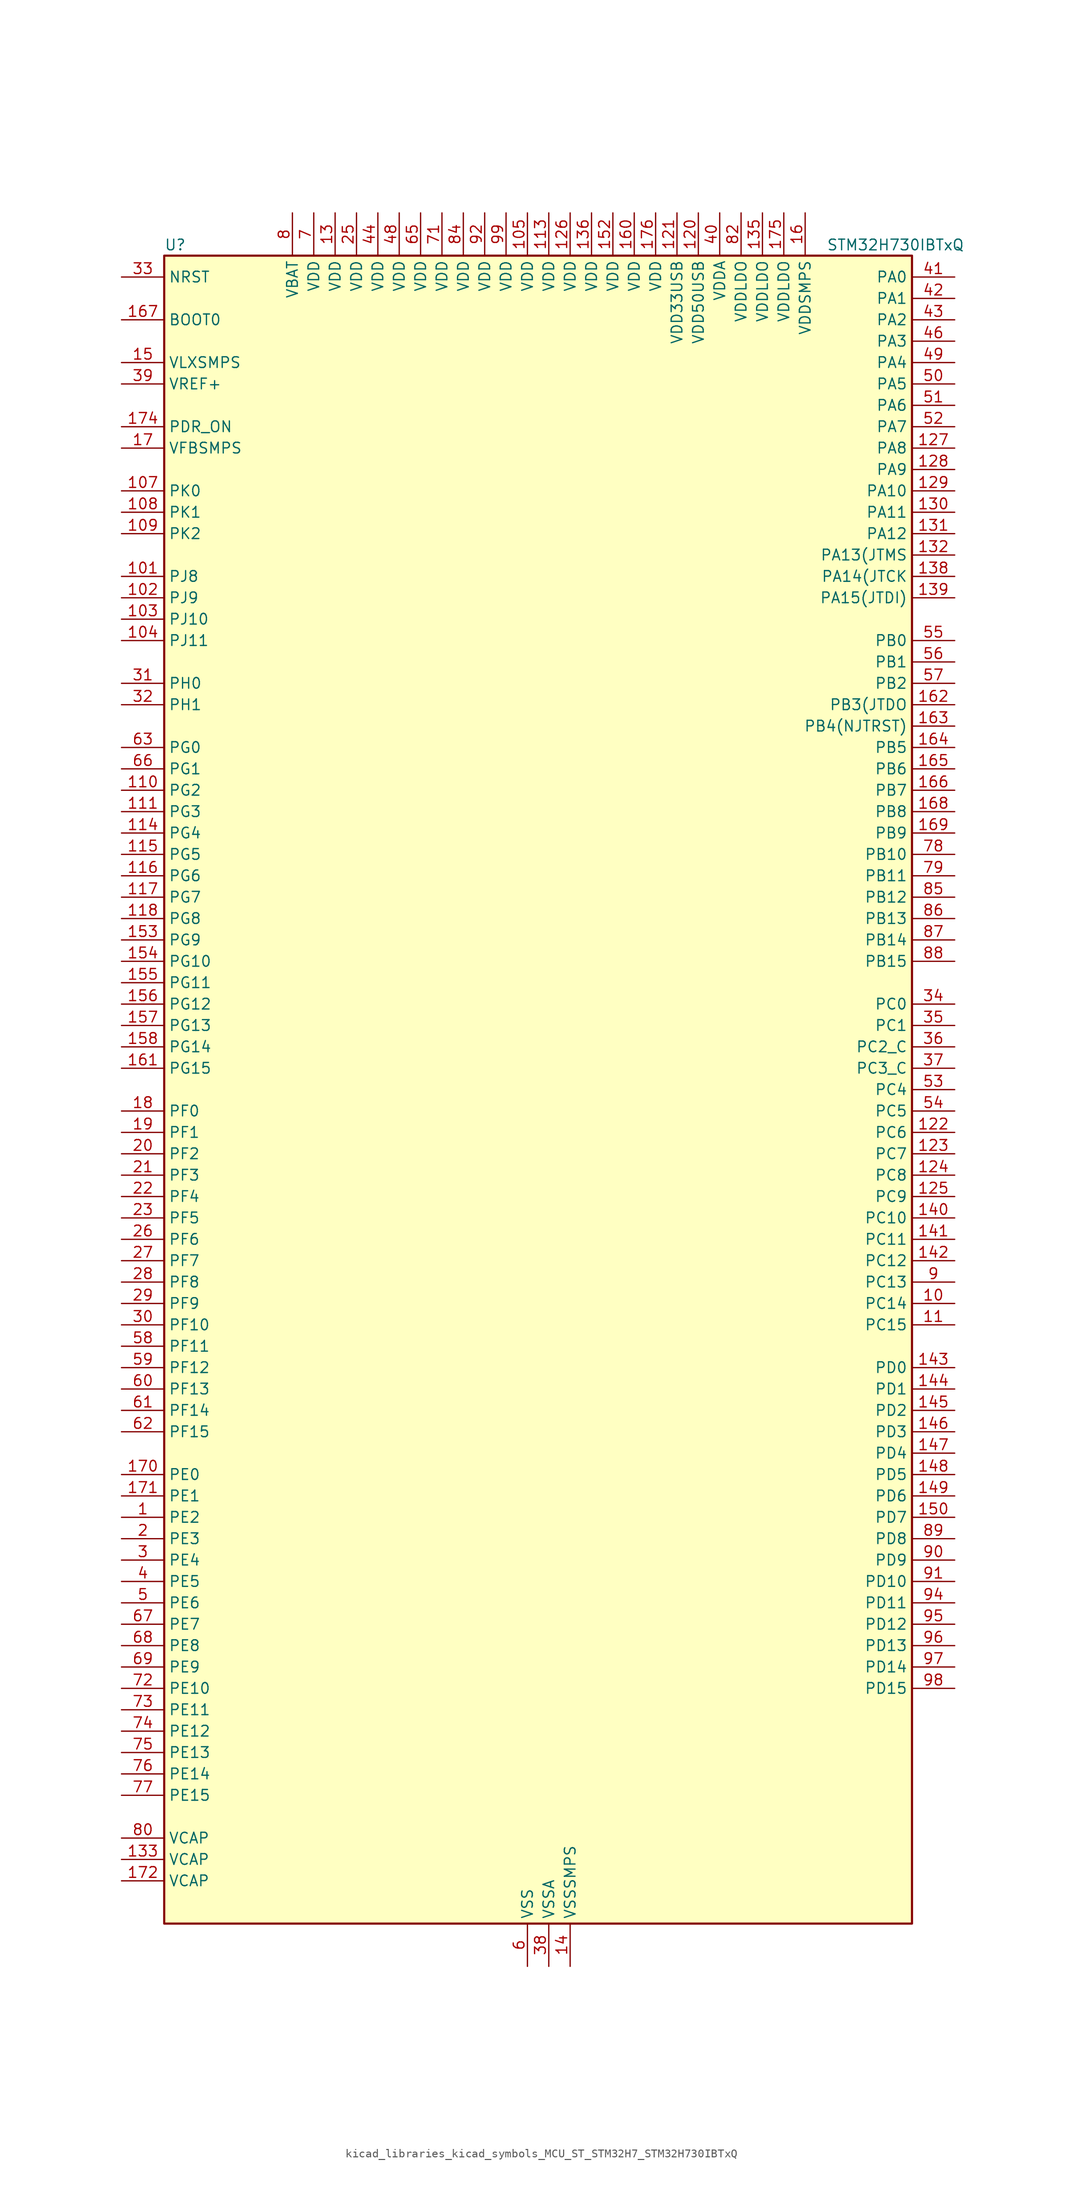
<source format=kicad_sym>
(kicad_symbol_lib
  (version 20220914)
  (generator kicad_symbol_editor)
  (symbol "kicad_libraries_kicad_symbols_MCU_ST_STM32H7_STM32H730IBTxQ"
    (property "Reference" "U"
      (at -43.18 100.33 0)
      (effects (font (size 1.27 1.27)) (justify left)))
    (property "Value" "STM32H730IBTxQ"
      (at 35.56 100.33 0)
      (effects (font (size 1.27 1.27)) (justify left)))
    (property "ki_locked" ""
      (at 0 0 0)
      (effects (font (size 1.27 1.27))))
    (symbol "kicad_libraries_kicad_symbols_MCU_ST_STM32H7_STM32H730IBTxQ_0_1"
      (rectangle (start -43.18 -99.06) (end 45.72 99.06) (stroke (width 0.254) (type default)) (fill (type background))))
    (symbol "kicad_libraries_kicad_symbols_MCU_ST_STM32H7_STM32H730IBTxQ_1_1"
      (pin bidirectional line (at -48.26 -50.8 0) (length 5.08) (name "PE2" (effects (font (size 1.27 1.27)))) (number "1" (effects (font (size 1.27 1.27)))) (alternate "DEBUG_TRACECLK" bidirectional line) (alternate "ETH_TXD3" bidirectional line) (alternate "FMC_A23" bidirectional line) (alternate "OCTOSPIM_P1_IO2" bidirectional line) (alternate "SAI1_CK1" bidirectional line) (alternate "SAI1_MCLK_A" bidirectional line) (alternate "SAI4_CK1" bidirectional line) (alternate "SAI4_MCLK_A" bidirectional line) (alternate "SPI4_SCK" bidirectional line) (alternate "USART10_RX" bidirectional line))
      (pin bidirectional line (at 50.8 -25.4 180) (length 5.08) (name "PC14" (effects (font (size 1.27 1.27)))) (number "10" (effects (font (size 1.27 1.27)))) (alternate "RCC_OSC32_IN" bidirectional line))
      (pin passive line (at 0 -104.14 90) (length 5.08) hide (name "VSS" (effects (font (size 1.27 1.27)))) (number "100" (effects (font (size 1.27 1.27)))))
      (pin bidirectional line (at -48.26 60.96 0) (length 5.08) (name "PJ8" (effects (font (size 1.27 1.27)))) (number "101" (effects (font (size 1.27 1.27)))) (alternate "LTDC_G1" bidirectional line) (alternate "TIM1_CH3N" bidirectional line) (alternate "TIM8_CH1" bidirectional line) (alternate "UART8_TX" bidirectional line))
      (pin bidirectional line (at -48.26 58.42 0) (length 5.08) (name "PJ9" (effects (font (size 1.27 1.27)))) (number "102" (effects (font (size 1.27 1.27)))) (alternate "DAC1_EXTI9" bidirectional line) (alternate "LTDC_G2" bidirectional line) (alternate "TIM1_CH3" bidirectional line) (alternate "TIM8_CH1N" bidirectional line) (alternate "UART8_RX" bidirectional line))
      (pin bidirectional line (at -48.26 55.88 0) (length 5.08) (name "PJ10" (effects (font (size 1.27 1.27)))) (number "103" (effects (font (size 1.27 1.27)))) (alternate "LTDC_G3" bidirectional line) (alternate "SPI5_MOSI" bidirectional line) (alternate "TIM1_CH2N" bidirectional line) (alternate "TIM8_CH2" bidirectional line))
      (pin bidirectional line (at -48.26 53.34 0) (length 5.08) (name "PJ11" (effects (font (size 1.27 1.27)))) (number "104" (effects (font (size 1.27 1.27)))) (alternate "ADC1_EXTI11" bidirectional line) (alternate "ADC2_EXTI11" bidirectional line) (alternate "ADC3_EXTI11" bidirectional line) (alternate "LTDC_G4" bidirectional line) (alternate "SPI5_MISO" bidirectional line) (alternate "TIM1_CH2" bidirectional line) (alternate "TIM8_CH2N" bidirectional line))
      (pin power_in line (at 0 104.14 270) (length 5.08) (name "VDD" (effects (font (size 1.27 1.27)))) (number "105" (effects (font (size 1.27 1.27)))))
      (pin passive line (at 0 -104.14 90) (length 5.08) hide (name "VSS" (effects (font (size 1.27 1.27)))) (number "106" (effects (font (size 1.27 1.27)))))
      (pin bidirectional line (at -48.26 71.12 0) (length 5.08) (name "PK0" (effects (font (size 1.27 1.27)))) (number "107" (effects (font (size 1.27 1.27)))) (alternate "LTDC_G5" bidirectional line) (alternate "SPI5_SCK" bidirectional line) (alternate "TIM1_CH1N" bidirectional line) (alternate "TIM8_CH3" bidirectional line))
      (pin bidirectional line (at -48.26 68.58 0) (length 5.08) (name "PK1" (effects (font (size 1.27 1.27)))) (number "108" (effects (font (size 1.27 1.27)))) (alternate "LTDC_G6" bidirectional line) (alternate "SPI5_NSS" bidirectional line) (alternate "TIM1_CH1" bidirectional line) (alternate "TIM8_CH3N" bidirectional line))
      (pin bidirectional line (at -48.26 66.04 0) (length 5.08) (name "PK2" (effects (font (size 1.27 1.27)))) (number "109" (effects (font (size 1.27 1.27)))) (alternate "LTDC_G7" bidirectional line) (alternate "TIM1_BKIN" bidirectional line) (alternate "TIM1_BKIN_COMP1" bidirectional line) (alternate "TIM1_BKIN_COMP2" bidirectional line) (alternate "TIM8_BKIN" bidirectional line) (alternate "TIM8_BKIN_COMP1" bidirectional line) (alternate "TIM8_BKIN_COMP2" bidirectional line))
      (pin bidirectional line (at 50.8 -27.94 180) (length 5.08) (name "PC15" (effects (font (size 1.27 1.27)))) (number "11" (effects (font (size 1.27 1.27)))) (alternate "ADC1_EXTI15" bidirectional line) (alternate "ADC2_EXTI15" bidirectional line) (alternate "ADC3_EXTI15" bidirectional line) (alternate "RCC_OSC32_OUT" bidirectional line))
      (pin bidirectional line (at -48.26 35.56 0) (length 5.08) (name "PG2" (effects (font (size 1.27 1.27)))) (number "110" (effects (font (size 1.27 1.27)))) (alternate "FMC_A12" bidirectional line) (alternate "TIM24_ETR" bidirectional line) (alternate "TIM8_BKIN" bidirectional line) (alternate "TIM8_BKIN_COMP1" bidirectional line) (alternate "TIM8_BKIN_COMP2" bidirectional line))
      (pin bidirectional line (at -48.26 33.02 0) (length 5.08) (name "PG3" (effects (font (size 1.27 1.27)))) (number "111" (effects (font (size 1.27 1.27)))) (alternate "FMC_A13" bidirectional line) (alternate "TIM23_ETR" bidirectional line) (alternate "TIM8_BKIN2" bidirectional line) (alternate "TIM8_BKIN2_COMP1" bidirectional line) (alternate "TIM8_BKIN2_COMP2" bidirectional line))
      (pin passive line (at 0 -104.14 90) (length 5.08) hide (name "VSS" (effects (font (size 1.27 1.27)))) (number "112" (effects (font (size 1.27 1.27)))))
      (pin power_in line (at 2.54 104.14 270) (length 5.08) (name "VDD" (effects (font (size 1.27 1.27)))) (number "113" (effects (font (size 1.27 1.27)))))
      (pin bidirectional line (at -48.26 30.48 0) (length 5.08) (name "PG4" (effects (font (size 1.27 1.27)))) (number "114" (effects (font (size 1.27 1.27)))) (alternate "FMC_A14" bidirectional line) (alternate "FMC_BA0" bidirectional line) (alternate "TIM1_BKIN2" bidirectional line) (alternate "TIM1_BKIN2_COMP1" bidirectional line) (alternate "TIM1_BKIN2_COMP2" bidirectional line))
      (pin bidirectional line (at -48.26 27.94 0) (length 5.08) (name "PG5" (effects (font (size 1.27 1.27)))) (number "115" (effects (font (size 1.27 1.27)))) (alternate "FMC_A15" bidirectional line) (alternate "FMC_BA1" bidirectional line) (alternate "TIM1_ETR" bidirectional line))
      (pin bidirectional line (at -48.26 25.4 0) (length 5.08) (name "PG6" (effects (font (size 1.27 1.27)))) (number "116" (effects (font (size 1.27 1.27)))) (alternate "DCMI_D12" bidirectional line) (alternate "FMC_NE3" bidirectional line) (alternate "LTDC_R7" bidirectional line) (alternate "OCTOSPIM_P1_NCS" bidirectional line) (alternate "PSSI_D12" bidirectional line) (alternate "TIM17_BKIN" bidirectional line))
      (pin bidirectional line (at -48.26 22.86 0) (length 5.08) (name "PG7" (effects (font (size 1.27 1.27)))) (number "117" (effects (font (size 1.27 1.27)))) (alternate "DCMI_D13" bidirectional line) (alternate "FMC_INT" bidirectional line) (alternate "LTDC_CLK" bidirectional line) (alternate "OCTOSPIM_P2_DQS" bidirectional line) (alternate "PSSI_D13" bidirectional line) (alternate "SAI1_MCLK_A" bidirectional line) (alternate "USART6_CK" bidirectional line))
      (pin bidirectional line (at -48.26 20.32 0) (length 5.08) (name "PG8" (effects (font (size 1.27 1.27)))) (number "118" (effects (font (size 1.27 1.27)))) (alternate "ETH_PPS_OUT" bidirectional line) (alternate "FMC_SDCLK" bidirectional line) (alternate "I2S6_WS" bidirectional line) (alternate "LTDC_G7" bidirectional line) (alternate "SPDIFRX1_IN2" bidirectional line) (alternate "SPI6_NSS" bidirectional line) (alternate "TIM8_ETR" bidirectional line) (alternate "USART6_DE" bidirectional line) (alternate "USART6_RTS" bidirectional line))
      (pin passive line (at 0 -104.14 90) (length 5.08) hide (name "VSS" (effects (font (size 1.27 1.27)))) (number "119" (effects (font (size 1.27 1.27)))))
      (pin passive line (at 0 -104.14 90) (length 5.08) hide (name "VSS" (effects (font (size 1.27 1.27)))) (number "12" (effects (font (size 1.27 1.27)))))
      (pin power_in line (at 20.32 104.14 270) (length 5.08) (name "VDD50USB" (effects (font (size 1.27 1.27)))) (number "120" (effects (font (size 1.27 1.27)))))
      (pin power_in line (at 17.78 104.14 270) (length 5.08) (name "VDD33USB" (effects (font (size 1.27 1.27)))) (number "121" (effects (font (size 1.27 1.27)))))
      (pin bidirectional line (at 50.8 -5.08 180) (length 5.08) (name "PC6" (effects (font (size 1.27 1.27)))) (number "122" (effects (font (size 1.27 1.27)))) (alternate "DCMI_D0" bidirectional line) (alternate "DFSDM1_CKIN3" bidirectional line) (alternate "FMC_NWAIT" bidirectional line) (alternate "I2S2_MCK" bidirectional line) (alternate "LTDC_HSYNC" bidirectional line) (alternate "PSSI_D0" bidirectional line) (alternate "SDMMC1_D0DIR" bidirectional line) (alternate "SDMMC1_D6" bidirectional line) (alternate "SDMMC2_D6" bidirectional line) (alternate "SWPMI1_IO" bidirectional line) (alternate "TIM3_CH1" bidirectional line) (alternate "TIM8_CH1" bidirectional line) (alternate "USART6_TX" bidirectional line))
      (pin bidirectional line (at 50.8 -7.62 180) (length 5.08) (name "PC7" (effects (font (size 1.27 1.27)))) (number "123" (effects (font (size 1.27 1.27)))) (alternate "DCMI_D1" bidirectional line) (alternate "DEBUG_TRGIO" bidirectional line) (alternate "DFSDM1_DATIN3" bidirectional line) (alternate "FMC_NE1" bidirectional line) (alternate "I2S3_MCK" bidirectional line) (alternate "LTDC_G6" bidirectional line) (alternate "PSSI_D1" bidirectional line) (alternate "SDMMC1_D123DIR" bidirectional line) (alternate "SDMMC1_D7" bidirectional line) (alternate "SDMMC2_D7" bidirectional line) (alternate "SWPMI1_TX" bidirectional line) (alternate "TIM3_CH2" bidirectional line) (alternate "TIM8_CH2" bidirectional line) (alternate "USART6_RX" bidirectional line))
      (pin bidirectional line (at 50.8 -10.16 180) (length 5.08) (name "PC8" (effects (font (size 1.27 1.27)))) (number "124" (effects (font (size 1.27 1.27)))) (alternate "DCMI_D2" bidirectional line) (alternate "DEBUG_TRACED1" bidirectional line) (alternate "FMC_INT" bidirectional line) (alternate "FMC_NCE" bidirectional line) (alternate "FMC_NE2" bidirectional line) (alternate "PSSI_D2" bidirectional line) (alternate "SDMMC1_D0" bidirectional line) (alternate "SWPMI1_RX" bidirectional line) (alternate "TIM3_CH3" bidirectional line) (alternate "TIM8_CH3" bidirectional line) (alternate "UART5_DE" bidirectional line) (alternate "UART5_RTS" bidirectional line) (alternate "USART6_CK" bidirectional line))
      (pin bidirectional line (at 50.8 -12.7 180) (length 5.08) (name "PC9" (effects (font (size 1.27 1.27)))) (number "125" (effects (font (size 1.27 1.27)))) (alternate "DAC1_EXTI9" bidirectional line) (alternate "DCMI_D3" bidirectional line) (alternate "I2C3_SDA" bidirectional line) (alternate "I2C5_SDA" bidirectional line) (alternate "I2S_CKIN" bidirectional line) (alternate "LTDC_B2" bidirectional line) (alternate "LTDC_G3" bidirectional line) (alternate "OCTOSPIM_P1_IO0" bidirectional line) (alternate "PSSI_D3" bidirectional line) (alternate "RCC_MCO_2" bidirectional line) (alternate "SDMMC1_D1" bidirectional line) (alternate "SWPMI1_SUSPEND" bidirectional line) (alternate "TIM3_CH4" bidirectional line) (alternate "TIM8_CH4" bidirectional line) (alternate "UART5_CTS" bidirectional line))
      (pin power_in line (at 5.08 104.14 270) (length 5.08) (name "VDD" (effects (font (size 1.27 1.27)))) (number "126" (effects (font (size 1.27 1.27)))))
      (pin bidirectional line (at 50.8 76.2 180) (length 5.08) (name "PA8" (effects (font (size 1.27 1.27)))) (number "127" (effects (font (size 1.27 1.27)))) (alternate "I2C3_SCL" bidirectional line) (alternate "I2C5_SCL" bidirectional line) (alternate "LTDC_B3" bidirectional line) (alternate "LTDC_R6" bidirectional line) (alternate "RCC_MCO_1" bidirectional line) (alternate "TIM1_CH1" bidirectional line) (alternate "TIM8_BKIN2" bidirectional line) (alternate "TIM8_BKIN2_COMP1" bidirectional line) (alternate "TIM8_BKIN2_COMP2" bidirectional line) (alternate "UART7_RX" bidirectional line) (alternate "USART1_CK" bidirectional line) (alternate "USB_OTG_HS_SOF" bidirectional line))
      (pin bidirectional line (at 50.8 73.66 180) (length 5.08) (name "PA9" (effects (font (size 1.27 1.27)))) (number "128" (effects (font (size 1.27 1.27)))) (alternate "DAC1_EXTI9" bidirectional line) (alternate "DCMI_D0" bidirectional line) (alternate "ETH_TX_ER" bidirectional line) (alternate "I2C3_SMBA" bidirectional line) (alternate "I2C5_SMBA" bidirectional line) (alternate "I2S2_CK" bidirectional line) (alternate "LPUART1_TX" bidirectional line) (alternate "LTDC_R5" bidirectional line) (alternate "PSSI_D0" bidirectional line) (alternate "SPI2_SCK" bidirectional line) (alternate "TIM1_CH2" bidirectional line) (alternate "USART1_TX" bidirectional line) (alternate "USB_OTG_HS_VBUS" bidirectional line))
      (pin bidirectional line (at 50.8 71.12 180) (length 5.08) (name "PA10" (effects (font (size 1.27 1.27)))) (number "129" (effects (font (size 1.27 1.27)))) (alternate "DCMI_D1" bidirectional line) (alternate "LPUART1_RX" bidirectional line) (alternate "LTDC_B1" bidirectional line) (alternate "LTDC_B4" bidirectional line) (alternate "MDIOS_MDIO" bidirectional line) (alternate "PSSI_D1" bidirectional line) (alternate "TIM1_CH3" bidirectional line) (alternate "USART1_RX" bidirectional line) (alternate "USB_OTG_HS_ID" bidirectional line))
      (pin power_in line (at -22.86 104.14 270) (length 5.08) (name "VDD" (effects (font (size 1.27 1.27)))) (number "13" (effects (font (size 1.27 1.27)))))
      (pin bidirectional line (at 50.8 68.58 180) (length 5.08) (name "PA11" (effects (font (size 1.27 1.27)))) (number "130" (effects (font (size 1.27 1.27)))) (alternate "ADC1_EXTI11" bidirectional line) (alternate "ADC2_EXTI11" bidirectional line) (alternate "ADC3_EXTI11" bidirectional line) (alternate "FDCAN1_RX" bidirectional line) (alternate "I2S2_WS" bidirectional line) (alternate "LPUART1_CTS" bidirectional line) (alternate "LTDC_R4" bidirectional line) (alternate "SPI2_NSS" bidirectional line) (alternate "TIM1_CH4" bidirectional line) (alternate "UART4_RX" bidirectional line) (alternate "USART1_CTS" bidirectional line) (alternate "USART1_NSS" bidirectional line) (alternate "USB_OTG_HS_DM" bidirectional line))
      (pin bidirectional line (at 50.8 66.04 180) (length 5.08) (name "PA12" (effects (font (size 1.27 1.27)))) (number "131" (effects (font (size 1.27 1.27)))) (alternate "FDCAN1_TX" bidirectional line) (alternate "I2S2_CK" bidirectional line) (alternate "LPUART1_DE" bidirectional line) (alternate "LPUART1_RTS" bidirectional line) (alternate "LTDC_R5" bidirectional line) (alternate "SAI4_FS_B" bidirectional line) (alternate "SPI2_SCK" bidirectional line) (alternate "TIM1_BKIN2" bidirectional line) (alternate "TIM1_ETR" bidirectional line) (alternate "UART4_TX" bidirectional line) (alternate "USART1_DE" bidirectional line) (alternate "USART1_RTS" bidirectional line) (alternate "USB_OTG_HS_DP" bidirectional line))
      (pin bidirectional line (at 50.8 63.5 180) (length 5.08) (name "PA13(JTMS" (effects (font (size 1.27 1.27)))) (number "132" (effects (font (size 1.27 1.27)))) (alternate "DEBUG_JTMS-SWDIO" bidirectional line))
      (pin power_out line (at -48.26 -91.44 0) (length 5.08) (name "VCAP" (effects (font (size 1.27 1.27)))) (number "133" (effects (font (size 1.27 1.27)))))
      (pin passive line (at 0 -104.14 90) (length 5.08) hide (name "VSS" (effects (font (size 1.27 1.27)))) (number "134" (effects (font (size 1.27 1.27)))))
      (pin power_in line (at 27.94 104.14 270) (length 5.08) (name "VDDLDO" (effects (font (size 1.27 1.27)))) (number "135" (effects (font (size 1.27 1.27)))))
      (pin power_in line (at 7.62 104.14 270) (length 5.08) (name "VDD" (effects (font (size 1.27 1.27)))) (number "136" (effects (font (size 1.27 1.27)))))
      (pin passive line (at 0 -104.14 90) (length 5.08) hide (name "VSS" (effects (font (size 1.27 1.27)))) (number "137" (effects (font (size 1.27 1.27)))))
      (pin bidirectional line (at 50.8 60.96 180) (length 5.08) (name "PA14(JTCK" (effects (font (size 1.27 1.27)))) (number "138" (effects (font (size 1.27 1.27)))) (alternate "DEBUG_JTCK-SWCLK" bidirectional line))
      (pin bidirectional line (at 50.8 58.42 180) (length 5.08) (name "PA15(JTDI)" (effects (font (size 1.27 1.27)))) (number "139" (effects (font (size 1.27 1.27)))) (alternate "ADC1_EXTI15" bidirectional line) (alternate "ADC2_EXTI15" bidirectional line) (alternate "ADC3_EXTI15" bidirectional line) (alternate "CEC" bidirectional line) (alternate "DEBUG_JTDI" bidirectional line) (alternate "I2S1_WS" bidirectional line) (alternate "I2S3_WS" bidirectional line) (alternate "I2S6_WS" bidirectional line) (alternate "LTDC_B6" bidirectional line) (alternate "LTDC_R3" bidirectional line) (alternate "SPI1_NSS" bidirectional line) (alternate "SPI3_NSS" bidirectional line) (alternate "SPI6_NSS" bidirectional line) (alternate "TIM2_CH1" bidirectional line) (alternate "TIM2_ETR" bidirectional line) (alternate "UART4_DE" bidirectional line) (alternate "UART4_RTS" bidirectional line) (alternate "UART7_TX" bidirectional line))
      (pin power_in line (at 5.08 -104.14 90) (length 5.08) (name "VSSSMPS" (effects (font (size 1.27 1.27)))) (number "14" (effects (font (size 1.27 1.27)))))
      (pin bidirectional line (at 50.8 -15.24 180) (length 5.08) (name "PC10" (effects (font (size 1.27 1.27)))) (number "140" (effects (font (size 1.27 1.27)))) (alternate "DCMI_D8" bidirectional line) (alternate "DFSDM1_CKIN5" bidirectional line) (alternate "I2C5_SDA" bidirectional line) (alternate "I2S3_CK" bidirectional line) (alternate "LTDC_B1" bidirectional line) (alternate "LTDC_R2" bidirectional line) (alternate "OCTOSPIM_P1_IO1" bidirectional line) (alternate "PSSI_D8" bidirectional line) (alternate "SDMMC1_D2" bidirectional line) (alternate "SPI3_SCK" bidirectional line) (alternate "SWPMI1_RX" bidirectional line) (alternate "UART4_TX" bidirectional line) (alternate "USART3_TX" bidirectional line))
      (pin bidirectional line (at 50.8 -17.78 180) (length 5.08) (name "PC11" (effects (font (size 1.27 1.27)))) (number "141" (effects (font (size 1.27 1.27)))) (alternate "ADC1_EXTI11" bidirectional line) (alternate "ADC2_EXTI11" bidirectional line) (alternate "ADC3_EXTI11" bidirectional line) (alternate "DCMI_D4" bidirectional line) (alternate "DFSDM1_DATIN5" bidirectional line) (alternate "I2C5_SCL" bidirectional line) (alternate "I2S3_SDI" bidirectional line) (alternate "LTDC_B4" bidirectional line) (alternate "OCTOSPIM_P1_NCS" bidirectional line) (alternate "PSSI_D4" bidirectional line) (alternate "SDMMC1_D3" bidirectional line) (alternate "SPI3_MISO" bidirectional line) (alternate "UART4_RX" bidirectional line) (alternate "USART3_RX" bidirectional line))
      (pin bidirectional line (at 50.8 -20.32 180) (length 5.08) (name "PC12" (effects (font (size 1.27 1.27)))) (number "142" (effects (font (size 1.27 1.27)))) (alternate "DCMI_D9" bidirectional line) (alternate "DEBUG_TRACED3" bidirectional line) (alternate "FMC_D6" bidirectional line) (alternate "FMC_DA6" bidirectional line) (alternate "I2C5_SMBA" bidirectional line) (alternate "I2S3_SDO" bidirectional line) (alternate "I2S6_CK" bidirectional line) (alternate "LTDC_R6" bidirectional line) (alternate "PSSI_D9" bidirectional line) (alternate "SDMMC1_CK" bidirectional line) (alternate "SPI3_MOSI" bidirectional line) (alternate "SPI6_SCK" bidirectional line) (alternate "TIM15_CH1" bidirectional line) (alternate "UART5_TX" bidirectional line) (alternate "USART3_CK" bidirectional line))
      (pin bidirectional line (at 50.8 -33.02 180) (length 5.08) (name "PD0" (effects (font (size 1.27 1.27)))) (number "143" (effects (font (size 1.27 1.27)))) (alternate "DFSDM1_CKIN6" bidirectional line) (alternate "FDCAN1_RX" bidirectional line) (alternate "FMC_D2" bidirectional line) (alternate "FMC_DA2" bidirectional line) (alternate "LTDC_B1" bidirectional line) (alternate "UART4_RX" bidirectional line) (alternate "UART9_CTS" bidirectional line))
      (pin bidirectional line (at 50.8 -35.56 180) (length 5.08) (name "PD1" (effects (font (size 1.27 1.27)))) (number "144" (effects (font (size 1.27 1.27)))) (alternate "DFSDM1_DATIN6" bidirectional line) (alternate "FDCAN1_TX" bidirectional line) (alternate "FMC_D3" bidirectional line) (alternate "FMC_DA3" bidirectional line) (alternate "UART4_TX" bidirectional line))
      (pin bidirectional line (at 50.8 -38.1 180) (length 5.08) (name "PD2" (effects (font (size 1.27 1.27)))) (number "145" (effects (font (size 1.27 1.27)))) (alternate "DCMI_D11" bidirectional line) (alternate "DEBUG_TRACED2" bidirectional line) (alternate "FMC_D7" bidirectional line) (alternate "FMC_DA7" bidirectional line) (alternate "LTDC_B2" bidirectional line) (alternate "LTDC_B7" bidirectional line) (alternate "PSSI_D11" bidirectional line) (alternate "SDMMC1_CMD" bidirectional line) (alternate "TIM15_BKIN" bidirectional line) (alternate "TIM3_ETR" bidirectional line) (alternate "UART5_RX" bidirectional line))
      (pin bidirectional line (at 50.8 -40.64 180) (length 5.08) (name "PD3" (effects (font (size 1.27 1.27)))) (number "146" (effects (font (size 1.27 1.27)))) (alternate "DCMI_D5" bidirectional line) (alternate "DFSDM1_CKOUT" bidirectional line) (alternate "FMC_CLK" bidirectional line) (alternate "I2S2_CK" bidirectional line) (alternate "LTDC_G7" bidirectional line) (alternate "PSSI_D5" bidirectional line) (alternate "SPI2_SCK" bidirectional line) (alternate "USART2_CTS" bidirectional line) (alternate "USART2_NSS" bidirectional line))
      (pin bidirectional line (at 50.8 -43.18 180) (length 5.08) (name "PD4" (effects (font (size 1.27 1.27)))) (number "147" (effects (font (size 1.27 1.27)))) (alternate "FMC_NOE" bidirectional line) (alternate "OCTOSPIM_P1_IO4" bidirectional line) (alternate "USART2_DE" bidirectional line) (alternate "USART2_RTS" bidirectional line))
      (pin bidirectional line (at 50.8 -45.72 180) (length 5.08) (name "PD5" (effects (font (size 1.27 1.27)))) (number "148" (effects (font (size 1.27 1.27)))) (alternate "FMC_NWE" bidirectional line) (alternate "OCTOSPIM_P1_IO5" bidirectional line) (alternate "USART2_TX" bidirectional line))
      (pin bidirectional line (at 50.8 -48.26 180) (length 5.08) (name "PD6" (effects (font (size 1.27 1.27)))) (number "149" (effects (font (size 1.27 1.27)))) (alternate "DCMI_D10" bidirectional line) (alternate "DFSDM1_CKIN4" bidirectional line) (alternate "DFSDM1_DATIN1" bidirectional line) (alternate "FMC_NWAIT" bidirectional line) (alternate "I2S3_SDO" bidirectional line) (alternate "LTDC_B2" bidirectional line) (alternate "OCTOSPIM_P1_IO6" bidirectional line) (alternate "PSSI_D10" bidirectional line) (alternate "SAI1_D1" bidirectional line) (alternate "SAI1_SD_A" bidirectional line) (alternate "SAI4_D1" bidirectional line) (alternate "SAI4_SD_A" bidirectional line) (alternate "SDMMC2_CK" bidirectional line) (alternate "SPI3_MOSI" bidirectional line) (alternate "USART2_RX" bidirectional line))
      (pin power_in line (at -48.26 86.36 0) (length 5.08) (name "VLXSMPS" (effects (font (size 1.27 1.27)))) (number "15" (effects (font (size 1.27 1.27)))))
      (pin bidirectional line (at 50.8 -50.8 180) (length 5.08) (name "PD7" (effects (font (size 1.27 1.27)))) (number "150" (effects (font (size 1.27 1.27)))) (alternate "DFSDM1_CKIN1" bidirectional line) (alternate "DFSDM1_DATIN4" bidirectional line) (alternate "FMC_NE1" bidirectional line) (alternate "I2S1_SDO" bidirectional line) (alternate "OCTOSPIM_P1_IO7" bidirectional line) (alternate "SDMMC2_CMD" bidirectional line) (alternate "SPDIFRX1_IN0" bidirectional line) (alternate "SPI1_MOSI" bidirectional line) (alternate "USART2_CK" bidirectional line))
      (pin passive line (at 0 -104.14 90) (length 5.08) hide (name "VSS" (effects (font (size 1.27 1.27)))) (number "151" (effects (font (size 1.27 1.27)))))
      (pin power_in line (at 10.16 104.14 270) (length 5.08) (name "VDD" (effects (font (size 1.27 1.27)))) (number "152" (effects (font (size 1.27 1.27)))))
      (pin bidirectional line (at -48.26 17.78 0) (length 5.08) (name "PG9" (effects (font (size 1.27 1.27)))) (number "153" (effects (font (size 1.27 1.27)))) (alternate "DAC1_EXTI9" bidirectional line) (alternate "DCMI_VSYNC" bidirectional line) (alternate "FDCAN3_TX" bidirectional line) (alternate "FMC_NCE" bidirectional line) (alternate "FMC_NE2" bidirectional line) (alternate "I2S1_SDI" bidirectional line) (alternate "OCTOSPIM_P1_IO6" bidirectional line) (alternate "PSSI_RDY" bidirectional line) (alternate "SAI4_FS_B" bidirectional line) (alternate "SDMMC2_D0" bidirectional line) (alternate "SPDIFRX1_IN3" bidirectional line) (alternate "SPI1_MISO" bidirectional line) (alternate "USART6_RX" bidirectional line))
      (pin bidirectional line (at -48.26 15.24 0) (length 5.08) (name "PG10" (effects (font (size 1.27 1.27)))) (number "154" (effects (font (size 1.27 1.27)))) (alternate "DCMI_D2" bidirectional line) (alternate "FDCAN3_RX" bidirectional line) (alternate "FMC_NE3" bidirectional line) (alternate "I2S1_WS" bidirectional line) (alternate "LTDC_B2" bidirectional line) (alternate "LTDC_G3" bidirectional line) (alternate "OCTOSPIM_P2_IO6" bidirectional line) (alternate "PSSI_D2" bidirectional line) (alternate "SAI4_SD_B" bidirectional line) (alternate "SDMMC2_D1" bidirectional line) (alternate "SPI1_NSS" bidirectional line))
      (pin bidirectional line (at -48.26 12.7 0) (length 5.08) (name "PG11" (effects (font (size 1.27 1.27)))) (number "155" (effects (font (size 1.27 1.27)))) (alternate "ADC1_EXTI11" bidirectional line) (alternate "ADC2_EXTI11" bidirectional line) (alternate "ADC3_EXTI11" bidirectional line) (alternate "DCMI_D3" bidirectional line) (alternate "ETH_TX_EN" bidirectional line) (alternate "I2S1_CK" bidirectional line) (alternate "LPTIM1_IN2" bidirectional line) (alternate "LTDC_B3" bidirectional line) (alternate "OCTOSPIM_P2_IO7" bidirectional line) (alternate "PSSI_D3" bidirectional line) (alternate "SDMMC2_D2" bidirectional line) (alternate "SPDIFRX1_IN0" bidirectional line) (alternate "SPI1_SCK" bidirectional line) (alternate "USART10_RX" bidirectional line))
      (pin bidirectional line (at -48.26 10.16 0) (length 5.08) (name "PG12" (effects (font (size 1.27 1.27)))) (number "156" (effects (font (size 1.27 1.27)))) (alternate "ETH_TXD1" bidirectional line) (alternate "FMC_NE4" bidirectional line) (alternate "I2S6_SDI" bidirectional line) (alternate "LPTIM1_IN1" bidirectional line) (alternate "LTDC_B1" bidirectional line) (alternate "LTDC_B4" bidirectional line) (alternate "OCTOSPIM_P2_NCS" bidirectional line) (alternate "SDMMC2_D3" bidirectional line) (alternate "SPDIFRX1_IN1" bidirectional line) (alternate "SPI6_MISO" bidirectional line) (alternate "TIM23_CH1" bidirectional line) (alternate "USART10_TX" bidirectional line) (alternate "USART6_DE" bidirectional line) (alternate "USART6_RTS" bidirectional line))
      (pin bidirectional line (at -48.26 7.62 0) (length 5.08) (name "PG13" (effects (font (size 1.27 1.27)))) (number "157" (effects (font (size 1.27 1.27)))) (alternate "DEBUG_TRACED0" bidirectional line) (alternate "ETH_TXD0" bidirectional line) (alternate "FMC_A24" bidirectional line) (alternate "I2S6_CK" bidirectional line) (alternate "LPTIM1_OUT" bidirectional line) (alternate "LTDC_R0" bidirectional line) (alternate "SDMMC2_D6" bidirectional line) (alternate "SPI6_SCK" bidirectional line) (alternate "TIM23_CH2" bidirectional line) (alternate "USART10_CTS" bidirectional line) (alternate "USART10_NSS" bidirectional line) (alternate "USART6_CTS" bidirectional line) (alternate "USART6_NSS" bidirectional line))
      (pin bidirectional line (at -48.26 5.08 0) (length 5.08) (name "PG14" (effects (font (size 1.27 1.27)))) (number "158" (effects (font (size 1.27 1.27)))) (alternate "DEBUG_TRACED1" bidirectional line) (alternate "ETH_TXD1" bidirectional line) (alternate "FMC_A25" bidirectional line) (alternate "I2S6_SDO" bidirectional line) (alternate "LPTIM1_ETR" bidirectional line) (alternate "LTDC_B0" bidirectional line) (alternate "OCTOSPIM_P1_IO7" bidirectional line) (alternate "SDMMC2_D7" bidirectional line) (alternate "SPI6_MOSI" bidirectional line) (alternate "TIM23_CH3" bidirectional line) (alternate "USART10_DE" bidirectional line) (alternate "USART10_RTS" bidirectional line) (alternate "USART6_TX" bidirectional line))
      (pin passive line (at 0 -104.14 90) (length 5.08) hide (name "VSS" (effects (font (size 1.27 1.27)))) (number "159" (effects (font (size 1.27 1.27)))))
      (pin power_in line (at 33.02 104.14 270) (length 5.08) (name "VDDSMPS" (effects (font (size 1.27 1.27)))) (number "16" (effects (font (size 1.27 1.27)))))
      (pin power_in line (at 12.7 104.14 270) (length 5.08) (name "VDD" (effects (font (size 1.27 1.27)))) (number "160" (effects (font (size 1.27 1.27)))))
      (pin bidirectional line (at -48.26 2.54 0) (length 5.08) (name "PG15" (effects (font (size 1.27 1.27)))) (number "161" (effects (font (size 1.27 1.27)))) (alternate "ADC1_EXTI15" bidirectional line) (alternate "ADC2_EXTI15" bidirectional line) (alternate "ADC3_EXTI15" bidirectional line) (alternate "DCMI_D13" bidirectional line) (alternate "FMC_SDNCAS" bidirectional line) (alternate "OCTOSPIM_P2_DQS" bidirectional line) (alternate "PSSI_D13" bidirectional line) (alternate "USART10_CK" bidirectional line) (alternate "USART6_CTS" bidirectional line) (alternate "USART6_NSS" bidirectional line))
      (pin bidirectional line (at 50.8 45.72 180) (length 5.08) (name "PB3(JTDO" (effects (font (size 1.27 1.27)))) (number "162" (effects (font (size 1.27 1.27)))) (alternate "CRS_SYNC" bidirectional line) (alternate "DEBUG_JTDO-SWO" bidirectional line) (alternate "I2S1_CK" bidirectional line) (alternate "I2S3_CK" bidirectional line) (alternate "I2S6_CK" bidirectional line) (alternate "SDMMC2_D2" bidirectional line) (alternate "SPI1_SCK" bidirectional line) (alternate "SPI3_SCK" bidirectional line) (alternate "SPI6_SCK" bidirectional line) (alternate "TIM24_ETR" bidirectional line) (alternate "TIM2_CH2" bidirectional line) (alternate "UART7_RX" bidirectional line))
      (pin bidirectional line (at 50.8 43.18 180) (length 5.08) (name "PB4(NJTRST)" (effects (font (size 1.27 1.27)))) (number "163" (effects (font (size 1.27 1.27)))) (alternate "DEBUG_JTRST" bidirectional line) (alternate "I2S1_SDI" bidirectional line) (alternate "I2S2_WS" bidirectional line) (alternate "I2S3_SDI" bidirectional line) (alternate "I2S6_SDI" bidirectional line) (alternate "SDMMC2_D3" bidirectional line) (alternate "SPI1_MISO" bidirectional line) (alternate "SPI2_NSS" bidirectional line) (alternate "SPI3_MISO" bidirectional line) (alternate "SPI6_MISO" bidirectional line) (alternate "TIM16_BKIN" bidirectional line) (alternate "TIM3_CH1" bidirectional line) (alternate "UART7_TX" bidirectional line))
      (pin bidirectional line (at 50.8 40.64 180) (length 5.08) (name "PB5" (effects (font (size 1.27 1.27)))) (number "164" (effects (font (size 1.27 1.27)))) (alternate "DCMI_D10" bidirectional line) (alternate "ETH_PPS_OUT" bidirectional line) (alternate "FDCAN2_RX" bidirectional line) (alternate "FMC_SDCKE1" bidirectional line) (alternate "I2C1_SMBA" bidirectional line) (alternate "I2C4_SMBA" bidirectional line) (alternate "I2S1_SDO" bidirectional line) (alternate "I2S3_SDO" bidirectional line) (alternate "I2S6_SDO" bidirectional line) (alternate "LTDC_B5" bidirectional line) (alternate "PSSI_D10" bidirectional line) (alternate "SPI1_MOSI" bidirectional line) (alternate "SPI3_MOSI" bidirectional line) (alternate "SPI6_MOSI" bidirectional line) (alternate "TIM17_BKIN" bidirectional line) (alternate "TIM3_CH2" bidirectional line) (alternate "UART5_RX" bidirectional line) (alternate "USB_OTG_HS_ULPI_D7" bidirectional line))
      (pin bidirectional line (at 50.8 38.1 180) (length 5.08) (name "PB6" (effects (font (size 1.27 1.27)))) (number "165" (effects (font (size 1.27 1.27)))) (alternate "CEC" bidirectional line) (alternate "DCMI_D5" bidirectional line) (alternate "DFSDM1_DATIN5" bidirectional line) (alternate "FDCAN2_TX" bidirectional line) (alternate "FMC_SDNE1" bidirectional line) (alternate "I2C1_SCL" bidirectional line) (alternate "I2C4_SCL" bidirectional line) (alternate "LPUART1_TX" bidirectional line) (alternate "OCTOSPIM_P1_NCS" bidirectional line) (alternate "PSSI_D5" bidirectional line) (alternate "TIM16_CH1N" bidirectional line) (alternate "TIM4_CH1" bidirectional line) (alternate "UART5_TX" bidirectional line) (alternate "USART1_TX" bidirectional line))
      (pin bidirectional line (at 50.8 35.56 180) (length 5.08) (name "PB7" (effects (font (size 1.27 1.27)))) (number "166" (effects (font (size 1.27 1.27)))) (alternate "DCMI_VSYNC" bidirectional line) (alternate "DFSDM1_CKIN5" bidirectional line) (alternate "FMC_NL" bidirectional line) (alternate "I2C1_SDA" bidirectional line) (alternate "I2C4_SDA" bidirectional line) (alternate "LPUART1_RX" bidirectional line) (alternate "PSSI_RDY" bidirectional line) (alternate "PWR_PVD_IN" bidirectional line) (alternate "TIM17_CH1N" bidirectional line) (alternate "TIM4_CH2" bidirectional line) (alternate "USART1_RX" bidirectional line))
      (pin input line (at -48.26 91.44 0) (length 5.08) (name "BOOT0" (effects (font (size 1.27 1.27)))) (number "167" (effects (font (size 1.27 1.27)))))
      (pin bidirectional line (at 50.8 33.02 180) (length 5.08) (name "PB8" (effects (font (size 1.27 1.27)))) (number "168" (effects (font (size 1.27 1.27)))) (alternate "DCMI_D6" bidirectional line) (alternate "DFSDM1_CKIN7" bidirectional line) (alternate "ETH_TXD3" bidirectional line) (alternate "FDCAN1_RX" bidirectional line) (alternate "I2C1_SCL" bidirectional line) (alternate "I2C4_SCL" bidirectional line) (alternate "LTDC_B6" bidirectional line) (alternate "PSSI_D6" bidirectional line) (alternate "SDMMC1_CKIN" bidirectional line) (alternate "SDMMC1_D4" bidirectional line) (alternate "SDMMC2_D4" bidirectional line) (alternate "TIM16_CH1" bidirectional line) (alternate "TIM4_CH3" bidirectional line) (alternate "UART4_RX" bidirectional line))
      (pin bidirectional line (at 50.8 30.48 180) (length 5.08) (name "PB9" (effects (font (size 1.27 1.27)))) (number "169" (effects (font (size 1.27 1.27)))) (alternate "DAC1_EXTI9" bidirectional line) (alternate "DCMI_D7" bidirectional line) (alternate "DFSDM1_DATIN7" bidirectional line) (alternate "FDCAN1_TX" bidirectional line) (alternate "I2C1_SDA" bidirectional line) (alternate "I2C4_SDA" bidirectional line) (alternate "I2C4_SMBA" bidirectional line) (alternate "I2S2_WS" bidirectional line) (alternate "LTDC_B7" bidirectional line) (alternate "PSSI_D7" bidirectional line) (alternate "SDMMC1_CDIR" bidirectional line) (alternate "SDMMC1_D5" bidirectional line) (alternate "SDMMC2_D5" bidirectional line) (alternate "SPI2_NSS" bidirectional line) (alternate "TIM17_CH1" bidirectional line) (alternate "TIM4_CH4" bidirectional line) (alternate "UART4_TX" bidirectional line))
      (pin input line (at -48.26 76.2 0) (length 5.08) (name "VFBSMPS" (effects (font (size 1.27 1.27)))) (number "17" (effects (font (size 1.27 1.27)))))
      (pin bidirectional line (at -48.26 -45.72 0) (length 5.08) (name "PE0" (effects (font (size 1.27 1.27)))) (number "170" (effects (font (size 1.27 1.27)))) (alternate "DCMI_D2" bidirectional line) (alternate "FMC_NBL0" bidirectional line) (alternate "LPTIM1_ETR" bidirectional line) (alternate "LPTIM2_ETR" bidirectional line) (alternate "LTDC_R0" bidirectional line) (alternate "PSSI_D2" bidirectional line) (alternate "SAI4_MCLK_A" bidirectional line) (alternate "TIM4_ETR" bidirectional line) (alternate "UART8_RX" bidirectional line))
      (pin bidirectional line (at -48.26 -48.26 0) (length 5.08) (name "PE1" (effects (font (size 1.27 1.27)))) (number "171" (effects (font (size 1.27 1.27)))) (alternate "DCMI_D3" bidirectional line) (alternate "FMC_NBL1" bidirectional line) (alternate "LPTIM1_IN2" bidirectional line) (alternate "LTDC_R6" bidirectional line) (alternate "PSSI_D3" bidirectional line) (alternate "UART8_TX" bidirectional line))
      (pin power_out line (at -48.26 -93.98 0) (length 5.08) (name "VCAP" (effects (font (size 1.27 1.27)))) (number "172" (effects (font (size 1.27 1.27)))))
      (pin passive line (at 0 -104.14 90) (length 5.08) hide (name "VSS" (effects (font (size 1.27 1.27)))) (number "173" (effects (font (size 1.27 1.27)))))
      (pin input line (at -48.26 78.74 0) (length 5.08) (name "PDR_ON" (effects (font (size 1.27 1.27)))) (number "174" (effects (font (size 1.27 1.27)))))
      (pin power_in line (at 30.48 104.14 270) (length 5.08) (name "VDDLDO" (effects (font (size 1.27 1.27)))) (number "175" (effects (font (size 1.27 1.27)))))
      (pin power_in line (at 15.24 104.14 270) (length 5.08) (name "VDD" (effects (font (size 1.27 1.27)))) (number "176" (effects (font (size 1.27 1.27)))))
      (pin bidirectional line (at -48.26 -2.54 0) (length 5.08) (name "PF0" (effects (font (size 1.27 1.27)))) (number "18" (effects (font (size 1.27 1.27)))) (alternate "FMC_A0" bidirectional line) (alternate "I2C2_SDA" bidirectional line) (alternate "I2C5_SDA" bidirectional line) (alternate "OCTOSPIM_P2_IO0" bidirectional line) (alternate "TIM23_CH1" bidirectional line))
      (pin bidirectional line (at -48.26 -5.08 0) (length 5.08) (name "PF1" (effects (font (size 1.27 1.27)))) (number "19" (effects (font (size 1.27 1.27)))) (alternate "FMC_A1" bidirectional line) (alternate "I2C2_SCL" bidirectional line) (alternate "I2C5_SCL" bidirectional line) (alternate "OCTOSPIM_P2_IO1" bidirectional line) (alternate "TIM23_CH2" bidirectional line))
      (pin bidirectional line (at -48.26 -53.34 0) (length 5.08) (name "PE3" (effects (font (size 1.27 1.27)))) (number "2" (effects (font (size 1.27 1.27)))) (alternate "DEBUG_TRACED0" bidirectional line) (alternate "FMC_A19" bidirectional line) (alternate "SAI1_SD_B" bidirectional line) (alternate "SAI4_SD_B" bidirectional line) (alternate "TIM15_BKIN" bidirectional line) (alternate "USART10_TX" bidirectional line))
      (pin bidirectional line (at -48.26 -7.62 0) (length 5.08) (name "PF2" (effects (font (size 1.27 1.27)))) (number "20" (effects (font (size 1.27 1.27)))) (alternate "FMC_A2" bidirectional line) (alternate "I2C2_SMBA" bidirectional line) (alternate "I2C5_SMBA" bidirectional line) (alternate "OCTOSPIM_P2_IO2" bidirectional line) (alternate "TIM23_CH3" bidirectional line))
      (pin bidirectional line (at -48.26 -10.16 0) (length 5.08) (name "PF3" (effects (font (size 1.27 1.27)))) (number "21" (effects (font (size 1.27 1.27)))) (alternate "ADC3_INP5" bidirectional line) (alternate "FMC_A3" bidirectional line) (alternate "OCTOSPIM_P2_IO3" bidirectional line) (alternate "TIM23_CH4" bidirectional line))
      (pin bidirectional line (at -48.26 -12.7 0) (length 5.08) (name "PF4" (effects (font (size 1.27 1.27)))) (number "22" (effects (font (size 1.27 1.27)))) (alternate "ADC3_INN5" bidirectional line) (alternate "ADC3_INP9" bidirectional line) (alternate "FMC_A4" bidirectional line) (alternate "OCTOSPIM_P2_CLK" bidirectional line))
      (pin bidirectional line (at -48.26 -15.24 0) (length 5.08) (name "PF5" (effects (font (size 1.27 1.27)))) (number "23" (effects (font (size 1.27 1.27)))) (alternate "ADC3_INP4" bidirectional line) (alternate "FMC_A5" bidirectional line) (alternate "OCTOSPIM_P2_NCLK" bidirectional line))
      (pin passive line (at 0 -104.14 90) (length 5.08) hide (name "VSS" (effects (font (size 1.27 1.27)))) (number "24" (effects (font (size 1.27 1.27)))))
      (pin power_in line (at -20.32 104.14 270) (length 5.08) (name "VDD" (effects (font (size 1.27 1.27)))) (number "25" (effects (font (size 1.27 1.27)))))
      (pin bidirectional line (at -48.26 -17.78 0) (length 5.08) (name "PF6" (effects (font (size 1.27 1.27)))) (number "26" (effects (font (size 1.27 1.27)))) (alternate "ADC3_INN4" bidirectional line) (alternate "ADC3_INP8" bidirectional line) (alternate "FDCAN3_RX" bidirectional line) (alternate "OCTOSPIM_P1_IO3" bidirectional line) (alternate "SAI1_SD_B" bidirectional line) (alternate "SAI4_SD_B" bidirectional line) (alternate "SPI5_NSS" bidirectional line) (alternate "TIM16_CH1" bidirectional line) (alternate "TIM23_CH1" bidirectional line) (alternate "UART7_RX" bidirectional line))
      (pin bidirectional line (at -48.26 -20.32 0) (length 5.08) (name "PF7" (effects (font (size 1.27 1.27)))) (number "27" (effects (font (size 1.27 1.27)))) (alternate "ADC3_INP3" bidirectional line) (alternate "FDCAN3_TX" bidirectional line) (alternate "OCTOSPIM_P1_IO2" bidirectional line) (alternate "SAI1_MCLK_B" bidirectional line) (alternate "SAI4_MCLK_B" bidirectional line) (alternate "SPI5_SCK" bidirectional line) (alternate "TIM17_CH1" bidirectional line) (alternate "TIM23_CH2" bidirectional line) (alternate "UART7_TX" bidirectional line))
      (pin bidirectional line (at -48.26 -22.86 0) (length 5.08) (name "PF8" (effects (font (size 1.27 1.27)))) (number "28" (effects (font (size 1.27 1.27)))) (alternate "ADC3_INN3" bidirectional line) (alternate "ADC3_INP7" bidirectional line) (alternate "OCTOSPIM_P1_IO0" bidirectional line) (alternate "SAI1_SCK_B" bidirectional line) (alternate "SAI4_SCK_B" bidirectional line) (alternate "SPI5_MISO" bidirectional line) (alternate "TIM13_CH1" bidirectional line) (alternate "TIM16_CH1N" bidirectional line) (alternate "TIM23_CH3" bidirectional line) (alternate "UART7_DE" bidirectional line) (alternate "UART7_RTS" bidirectional line))
      (pin bidirectional line (at -48.26 -25.4 0) (length 5.08) (name "PF9" (effects (font (size 1.27 1.27)))) (number "29" (effects (font (size 1.27 1.27)))) (alternate "ADC3_INP2" bidirectional line) (alternate "DAC1_EXTI9" bidirectional line) (alternate "OCTOSPIM_P1_IO1" bidirectional line) (alternate "SAI1_FS_B" bidirectional line) (alternate "SAI4_FS_B" bidirectional line) (alternate "SPI5_MOSI" bidirectional line) (alternate "TIM14_CH1" bidirectional line) (alternate "TIM17_CH1N" bidirectional line) (alternate "TIM23_CH4" bidirectional line) (alternate "UART7_CTS" bidirectional line))
      (pin bidirectional line (at -48.26 -55.88 0) (length 5.08) (name "PE4" (effects (font (size 1.27 1.27)))) (number "3" (effects (font (size 1.27 1.27)))) (alternate "DCMI_D4" bidirectional line) (alternate "DEBUG_TRACED1" bidirectional line) (alternate "DFSDM1_DATIN3" bidirectional line) (alternate "FMC_A20" bidirectional line) (alternate "LTDC_B0" bidirectional line) (alternate "PSSI_D4" bidirectional line) (alternate "SAI1_D2" bidirectional line) (alternate "SAI1_FS_A" bidirectional line) (alternate "SAI4_D2" bidirectional line) (alternate "SAI4_FS_A" bidirectional line) (alternate "SPI4_NSS" bidirectional line) (alternate "TIM15_CH1N" bidirectional line))
      (pin bidirectional line (at -48.26 -27.94 0) (length 5.08) (name "PF10" (effects (font (size 1.27 1.27)))) (number "30" (effects (font (size 1.27 1.27)))) (alternate "ADC3_INN2" bidirectional line) (alternate "ADC3_INP6" bidirectional line) (alternate "DCMI_D11" bidirectional line) (alternate "LTDC_DE" bidirectional line) (alternate "OCTOSPIM_P1_CLK" bidirectional line) (alternate "PSSI_D11" bidirectional line) (alternate "PSSI_D15" bidirectional line) (alternate "SAI1_D3" bidirectional line) (alternate "SAI4_D3" bidirectional line) (alternate "TIM16_BKIN" bidirectional line))
      (pin bidirectional line (at -48.26 48.26 0) (length 5.08) (name "PH0" (effects (font (size 1.27 1.27)))) (number "31" (effects (font (size 1.27 1.27)))) (alternate "RCC_OSC_IN" bidirectional line))
      (pin bidirectional line (at -48.26 45.72 0) (length 5.08) (name "PH1" (effects (font (size 1.27 1.27)))) (number "32" (effects (font (size 1.27 1.27)))) (alternate "RCC_OSC_OUT" bidirectional line))
      (pin input line (at -48.26 96.52 0) (length 5.08) (name "NRST" (effects (font (size 1.27 1.27)))) (number "33" (effects (font (size 1.27 1.27)))))
      (pin bidirectional line (at 50.8 10.16 180) (length 5.08) (name "PC0" (effects (font (size 1.27 1.27)))) (number "34" (effects (font (size 1.27 1.27)))) (alternate "ADC1_INP10" bidirectional line) (alternate "ADC2_INP10" bidirectional line) (alternate "ADC3_INP10" bidirectional line) (alternate "DFSDM1_CKIN0" bidirectional line) (alternate "DFSDM1_DATIN4" bidirectional line) (alternate "FMC_A25" bidirectional line) (alternate "FMC_D12" bidirectional line) (alternate "FMC_DA12" bidirectional line) (alternate "FMC_SDNWE" bidirectional line) (alternate "LTDC_G2" bidirectional line) (alternate "LTDC_R5" bidirectional line) (alternate "SAI4_FS_B" bidirectional line) (alternate "USB_OTG_HS_ULPI_STP" bidirectional line))
      (pin bidirectional line (at 50.8 7.62 180) (length 5.08) (name "PC1" (effects (font (size 1.27 1.27)))) (number "35" (effects (font (size 1.27 1.27)))) (alternate "ADC1_INN10" bidirectional line) (alternate "ADC1_INP11" bidirectional line) (alternate "ADC2_INN10" bidirectional line) (alternate "ADC2_INP11" bidirectional line) (alternate "ADC3_INN10" bidirectional line) (alternate "ADC3_INP11" bidirectional line) (alternate "DEBUG_TRACED0" bidirectional line) (alternate "DFSDM1_CKIN4" bidirectional line) (alternate "DFSDM1_DATIN0" bidirectional line) (alternate "ETH_MDC" bidirectional line) (alternate "I2S2_SDO" bidirectional line) (alternate "LTDC_G5" bidirectional line) (alternate "MDIOS_MDC" bidirectional line) (alternate "OCTOSPIM_P1_IO4" bidirectional line) (alternate "PWR_WKUP6" bidirectional line) (alternate "RTC_TAMP3" bidirectional line) (alternate "SAI1_D1" bidirectional line) (alternate "SAI1_SD_A" bidirectional line) (alternate "SAI4_D1" bidirectional line) (alternate "SAI4_SD_A" bidirectional line) (alternate "SDMMC2_CK" bidirectional line) (alternate "SPI2_MOSI" bidirectional line))
      (pin bidirectional line (at 50.8 5.08 180) (length 5.08) (name "PC2_C" (effects (font (size 1.27 1.27)))) (number "36" (effects (font (size 1.27 1.27)))) (alternate "ADC3_INN1" bidirectional line) (alternate "ADC3_INP0" bidirectional line) (alternate "DFSDM1_CKIN1" bidirectional line) (alternate "DFSDM1_CKOUT" bidirectional line) (alternate "ETH_TXD2" bidirectional line) (alternate "FMC_SDNE0" bidirectional line) (alternate "I2S2_SDI" bidirectional line) (alternate "OCTOSPIM_P1_IO2" bidirectional line) (alternate "OCTOSPIM_P1_IO5" bidirectional line) (alternate "PWR_CSTOP" bidirectional line) (alternate "SPI2_MISO" bidirectional line) (alternate "USB_OTG_HS_ULPI_DIR" bidirectional line))
      (pin bidirectional line (at 50.8 2.54 180) (length 5.08) (name "PC3_C" (effects (font (size 1.27 1.27)))) (number "37" (effects (font (size 1.27 1.27)))) (alternate "ADC3_INP1" bidirectional line) (alternate "DFSDM1_DATIN1" bidirectional line) (alternate "ETH_TX_CLK" bidirectional line) (alternate "FMC_SDCKE0" bidirectional line) (alternate "I2S2_SDO" bidirectional line) (alternate "OCTOSPIM_P1_IO0" bidirectional line) (alternate "OCTOSPIM_P1_IO6" bidirectional line) (alternate "PWR_CSLEEP" bidirectional line) (alternate "SPI2_MOSI" bidirectional line) (alternate "USB_OTG_HS_ULPI_NXT" bidirectional line))
      (pin power_in line (at 2.54 -104.14 90) (length 5.08) (name "VSSA" (effects (font (size 1.27 1.27)))) (number "38" (effects (font (size 1.27 1.27)))))
      (pin input line (at -48.26 83.82 0) (length 5.08) (name "VREF+" (effects (font (size 1.27 1.27)))) (number "39" (effects (font (size 1.27 1.27)))) (alternate "VREFBUF_OUT" bidirectional line))
      (pin bidirectional line (at -48.26 -58.42 0) (length 5.08) (name "PE5" (effects (font (size 1.27 1.27)))) (number "4" (effects (font (size 1.27 1.27)))) (alternate "DCMI_D6" bidirectional line) (alternate "DEBUG_TRACED2" bidirectional line) (alternate "DFSDM1_CKIN3" bidirectional line) (alternate "FMC_A21" bidirectional line) (alternate "LTDC_G0" bidirectional line) (alternate "PSSI_D6" bidirectional line) (alternate "SAI1_CK2" bidirectional line) (alternate "SAI1_SCK_A" bidirectional line) (alternate "SAI4_CK2" bidirectional line) (alternate "SAI4_SCK_A" bidirectional line) (alternate "SPI4_MISO" bidirectional line) (alternate "TIM15_CH1" bidirectional line))
      (pin power_in line (at 22.86 104.14 270) (length 5.08) (name "VDDA" (effects (font (size 1.27 1.27)))) (number "40" (effects (font (size 1.27 1.27)))))
      (pin bidirectional line (at 50.8 96.52 180) (length 5.08) (name "PA0" (effects (font (size 1.27 1.27)))) (number "41" (effects (font (size 1.27 1.27)))) (alternate "ADC1_INP16" bidirectional line) (alternate "ETH_CRS" bidirectional line) (alternate "FMC_A19" bidirectional line) (alternate "I2S6_WS" bidirectional line) (alternate "PWR_WKUP1" bidirectional line) (alternate "SAI4_SD_B" bidirectional line) (alternate "SDMMC2_CMD" bidirectional line) (alternate "SPI6_NSS" bidirectional line) (alternate "TIM15_BKIN" bidirectional line) (alternate "TIM2_CH1" bidirectional line) (alternate "TIM2_ETR" bidirectional line) (alternate "TIM5_CH1" bidirectional line) (alternate "TIM8_ETR" bidirectional line) (alternate "UART4_TX" bidirectional line) (alternate "USART2_CTS" bidirectional line) (alternate "USART2_NSS" bidirectional line))
      (pin bidirectional line (at 50.8 93.98 180) (length 5.08) (name "PA1" (effects (font (size 1.27 1.27)))) (number "42" (effects (font (size 1.27 1.27)))) (alternate "ADC1_INN16" bidirectional line) (alternate "ADC1_INP17" bidirectional line) (alternate "ETH_REF_CLK" bidirectional line) (alternate "ETH_RX_CLK" bidirectional line) (alternate "LPTIM3_OUT" bidirectional line) (alternate "LTDC_R2" bidirectional line) (alternate "OCTOSPIM_P1_DQS" bidirectional line) (alternate "OCTOSPIM_P1_IO3" bidirectional line) (alternate "SAI4_MCLK_B" bidirectional line) (alternate "TIM15_CH1N" bidirectional line) (alternate "TIM2_CH2" bidirectional line) (alternate "TIM5_CH2" bidirectional line) (alternate "UART4_RX" bidirectional line) (alternate "USART2_DE" bidirectional line) (alternate "USART2_RTS" bidirectional line))
      (pin bidirectional line (at 50.8 91.44 180) (length 5.08) (name "PA2" (effects (font (size 1.27 1.27)))) (number "43" (effects (font (size 1.27 1.27)))) (alternate "ADC1_INP14" bidirectional line) (alternate "ADC2_INP14" bidirectional line) (alternate "ETH_MDIO" bidirectional line) (alternate "LPTIM4_OUT" bidirectional line) (alternate "LTDC_R1" bidirectional line) (alternate "MDIOS_MDIO" bidirectional line) (alternate "OCTOSPIM_P1_IO0" bidirectional line) (alternate "PWR_WKUP2" bidirectional line) (alternate "SAI4_SCK_B" bidirectional line) (alternate "TIM15_CH1" bidirectional line) (alternate "TIM2_CH3" bidirectional line) (alternate "TIM5_CH3" bidirectional line) (alternate "USART2_TX" bidirectional line))
      (pin power_in line (at -17.78 104.14 270) (length 5.08) (name "VDD" (effects (font (size 1.27 1.27)))) (number "44" (effects (font (size 1.27 1.27)))))
      (pin passive line (at 0 -104.14 90) (length 5.08) hide (name "VSS" (effects (font (size 1.27 1.27)))) (number "45" (effects (font (size 1.27 1.27)))))
      (pin bidirectional line (at 50.8 88.9 180) (length 5.08) (name "PA3" (effects (font (size 1.27 1.27)))) (number "46" (effects (font (size 1.27 1.27)))) (alternate "ADC1_INP15" bidirectional line) (alternate "ADC2_INP15" bidirectional line) (alternate "ETH_COL" bidirectional line) (alternate "I2S6_MCK" bidirectional line) (alternate "LPTIM5_OUT" bidirectional line) (alternate "LTDC_B2" bidirectional line) (alternate "LTDC_B5" bidirectional line) (alternate "OCTOSPIM_P1_CLK" bidirectional line) (alternate "OCTOSPIM_P1_IO2" bidirectional line) (alternate "TIM15_CH2" bidirectional line) (alternate "TIM2_CH4" bidirectional line) (alternate "TIM5_CH4" bidirectional line) (alternate "USART2_RX" bidirectional line) (alternate "USB_OTG_HS_ULPI_D0" bidirectional line))
      (pin passive line (at 0 -104.14 90) (length 5.08) hide (name "VSS" (effects (font (size 1.27 1.27)))) (number "47" (effects (font (size 1.27 1.27)))))
      (pin power_in line (at -15.24 104.14 270) (length 5.08) (name "VDD" (effects (font (size 1.27 1.27)))) (number "48" (effects (font (size 1.27 1.27)))))
      (pin bidirectional line (at 50.8 86.36 180) (length 5.08) (name "PA4" (effects (font (size 1.27 1.27)))) (number "49" (effects (font (size 1.27 1.27)))) (alternate "ADC1_INP18" bidirectional line) (alternate "ADC2_INP18" bidirectional line) (alternate "DAC1_OUT1" bidirectional line) (alternate "DCMI_HSYNC" bidirectional line) (alternate "FMC_D8" bidirectional line) (alternate "FMC_DA8" bidirectional line) (alternate "I2S1_WS" bidirectional line) (alternate "I2S3_WS" bidirectional line) (alternate "I2S6_WS" bidirectional line) (alternate "LTDC_VSYNC" bidirectional line) (alternate "PSSI_DE" bidirectional line) (alternate "SPI1_NSS" bidirectional line) (alternate "SPI3_NSS" bidirectional line) (alternate "SPI6_NSS" bidirectional line) (alternate "TIM5_ETR" bidirectional line) (alternate "USART2_CK" bidirectional line))
      (pin bidirectional line (at -48.26 -60.96 0) (length 5.08) (name "PE6" (effects (font (size 1.27 1.27)))) (number "5" (effects (font (size 1.27 1.27)))) (alternate "DCMI_D7" bidirectional line) (alternate "DEBUG_TRACED3" bidirectional line) (alternate "FMC_A22" bidirectional line) (alternate "LTDC_G1" bidirectional line) (alternate "PSSI_D7" bidirectional line) (alternate "SAI1_D1" bidirectional line) (alternate "SAI1_SD_A" bidirectional line) (alternate "SAI4_D1" bidirectional line) (alternate "SAI4_MCLK_B" bidirectional line) (alternate "SAI4_SD_A" bidirectional line) (alternate "SPI4_MOSI" bidirectional line) (alternate "TIM15_CH2" bidirectional line) (alternate "TIM1_BKIN2" bidirectional line) (alternate "TIM1_BKIN2_COMP1" bidirectional line) (alternate "TIM1_BKIN2_COMP2" bidirectional line))
      (pin bidirectional line (at 50.8 83.82 180) (length 5.08) (name "PA5" (effects (font (size 1.27 1.27)))) (number "50" (effects (font (size 1.27 1.27)))) (alternate "ADC1_INN18" bidirectional line) (alternate "ADC1_INP19" bidirectional line) (alternate "ADC2_INN18" bidirectional line) (alternate "ADC2_INP19" bidirectional line) (alternate "DAC1_OUT2" bidirectional line) (alternate "FMC_D9" bidirectional line) (alternate "FMC_DA9" bidirectional line) (alternate "I2S1_CK" bidirectional line) (alternate "I2S6_CK" bidirectional line) (alternate "LTDC_R4" bidirectional line) (alternate "PSSI_D14" bidirectional line) (alternate "PWR_NDSTOP2" bidirectional line) (alternate "SPI1_SCK" bidirectional line) (alternate "SPI6_SCK" bidirectional line) (alternate "TIM2_CH1" bidirectional line) (alternate "TIM2_ETR" bidirectional line) (alternate "TIM8_CH1N" bidirectional line) (alternate "USB_OTG_HS_ULPI_CK" bidirectional line))
      (pin bidirectional line (at 50.8 81.28 180) (length 5.08) (name "PA6" (effects (font (size 1.27 1.27)))) (number "51" (effects (font (size 1.27 1.27)))) (alternate "ADC1_INP3" bidirectional line) (alternate "ADC2_INP3" bidirectional line) (alternate "DCMI_PIXCLK" bidirectional line) (alternate "I2S1_SDI" bidirectional line) (alternate "I2S6_SDI" bidirectional line) (alternate "LTDC_G2" bidirectional line) (alternate "MDIOS_MDC" bidirectional line) (alternate "OCTOSPIM_P1_IO3" bidirectional line) (alternate "PSSI_PDCK" bidirectional line) (alternate "SPI1_MISO" bidirectional line) (alternate "SPI6_MISO" bidirectional line) (alternate "TIM13_CH1" bidirectional line) (alternate "TIM1_BKIN" bidirectional line) (alternate "TIM1_BKIN_COMP1" bidirectional line) (alternate "TIM1_BKIN_COMP2" bidirectional line) (alternate "TIM3_CH1" bidirectional line) (alternate "TIM8_BKIN" bidirectional line) (alternate "TIM8_BKIN_COMP1" bidirectional line) (alternate "TIM8_BKIN_COMP2" bidirectional line))
      (pin bidirectional line (at 50.8 78.74 180) (length 5.08) (name "PA7" (effects (font (size 1.27 1.27)))) (number "52" (effects (font (size 1.27 1.27)))) (alternate "ADC1_INN3" bidirectional line) (alternate "ADC1_INP7" bidirectional line) (alternate "ADC2_INN3" bidirectional line) (alternate "ADC2_INP7" bidirectional line) (alternate "ETH_CRS_DV" bidirectional line) (alternate "ETH_RX_DV" bidirectional line) (alternate "FMC_SDNWE" bidirectional line) (alternate "I2S1_SDO" bidirectional line) (alternate "I2S6_SDO" bidirectional line) (alternate "LTDC_VSYNC" bidirectional line) (alternate "OCTOSPIM_P1_IO2" bidirectional line) (alternate "OPAMP1_VINM" bidirectional line) (alternate "SPI1_MOSI" bidirectional line) (alternate "SPI6_MOSI" bidirectional line) (alternate "TIM14_CH1" bidirectional line) (alternate "TIM1_CH1N" bidirectional line) (alternate "TIM3_CH2" bidirectional line) (alternate "TIM8_CH1N" bidirectional line))
      (pin bidirectional line (at 50.8 0 180) (length 5.08) (name "PC4" (effects (font (size 1.27 1.27)))) (number "53" (effects (font (size 1.27 1.27)))) (alternate "ADC1_INP4" bidirectional line) (alternate "ADC2_INP4" bidirectional line) (alternate "COMP1_INM" bidirectional line) (alternate "DFSDM1_CKIN2" bidirectional line) (alternate "ETH_RXD0" bidirectional line) (alternate "FMC_A22" bidirectional line) (alternate "FMC_SDNE0" bidirectional line) (alternate "I2S1_MCK" bidirectional line) (alternate "LTDC_R7" bidirectional line) (alternate "OPAMP1_VOUT" bidirectional line) (alternate "SDMMC2_CKIN" bidirectional line) (alternate "SPDIFRX1_IN2" bidirectional line))
      (pin bidirectional line (at 50.8 -2.54 180) (length 5.08) (name "PC5" (effects (font (size 1.27 1.27)))) (number "54" (effects (font (size 1.27 1.27)))) (alternate "ADC1_INN4" bidirectional line) (alternate "ADC1_INP8" bidirectional line) (alternate "ADC2_INN4" bidirectional line) (alternate "ADC2_INP8" bidirectional line) (alternate "COMP1_OUT" bidirectional line) (alternate "DFSDM1_DATIN2" bidirectional line) (alternate "ETH_RXD1" bidirectional line) (alternate "FMC_SDCKE0" bidirectional line) (alternate "LTDC_DE" bidirectional line) (alternate "OCTOSPIM_P1_DQS" bidirectional line) (alternate "OPAMP1_VINM" bidirectional line) (alternate "PSSI_D15" bidirectional line) (alternate "SAI1_D3" bidirectional line) (alternate "SAI4_D3" bidirectional line) (alternate "SPDIFRX1_IN3" bidirectional line))
      (pin bidirectional line (at 50.8 53.34 180) (length 5.08) (name "PB0" (effects (font (size 1.27 1.27)))) (number "55" (effects (font (size 1.27 1.27)))) (alternate "ADC1_INN5" bidirectional line) (alternate "ADC1_INP9" bidirectional line) (alternate "ADC2_INN5" bidirectional line) (alternate "ADC2_INP9" bidirectional line) (alternate "COMP1_INP" bidirectional line) (alternate "DFSDM1_CKOUT" bidirectional line) (alternate "ETH_RXD2" bidirectional line) (alternate "LTDC_G1" bidirectional line) (alternate "LTDC_R3" bidirectional line) (alternate "OCTOSPIM_P1_IO1" bidirectional line) (alternate "OPAMP1_VINP" bidirectional line) (alternate "TIM1_CH2N" bidirectional line) (alternate "TIM3_CH3" bidirectional line) (alternate "TIM8_CH2N" bidirectional line) (alternate "UART4_CTS" bidirectional line) (alternate "USB_OTG_HS_ULPI_D1" bidirectional line))
      (pin bidirectional line (at 50.8 50.8 180) (length 5.08) (name "PB1" (effects (font (size 1.27 1.27)))) (number "56" (effects (font (size 1.27 1.27)))) (alternate "ADC1_INP5" bidirectional line) (alternate "ADC2_INP5" bidirectional line) (alternate "COMP1_INM" bidirectional line) (alternate "DFSDM1_DATIN1" bidirectional line) (alternate "ETH_RXD3" bidirectional line) (alternate "LTDC_G0" bidirectional line) (alternate "LTDC_R6" bidirectional line) (alternate "OCTOSPIM_P1_IO0" bidirectional line) (alternate "TIM1_CH3N" bidirectional line) (alternate "TIM3_CH4" bidirectional line) (alternate "TIM8_CH3N" bidirectional line) (alternate "USB_OTG_HS_ULPI_D2" bidirectional line))
      (pin bidirectional line (at 50.8 48.26 180) (length 5.08) (name "PB2" (effects (font (size 1.27 1.27)))) (number "57" (effects (font (size 1.27 1.27)))) (alternate "COMP1_INP" bidirectional line) (alternate "DFSDM1_CKIN1" bidirectional line) (alternate "ETH_TX_ER" bidirectional line) (alternate "I2S3_SDO" bidirectional line) (alternate "OCTOSPIM_P1_CLK" bidirectional line) (alternate "OCTOSPIM_P1_DQS" bidirectional line) (alternate "RTC_OUT_ALARM" bidirectional line) (alternate "RTC_OUT_CALIB" bidirectional line) (alternate "SAI1_D1" bidirectional line) (alternate "SAI1_SD_A" bidirectional line) (alternate "SAI4_D1" bidirectional line) (alternate "SAI4_SD_A" bidirectional line) (alternate "SPI3_MOSI" bidirectional line) (alternate "TIM23_ETR" bidirectional line))
      (pin bidirectional line (at -48.26 -30.48 0) (length 5.08) (name "PF11" (effects (font (size 1.27 1.27)))) (number "58" (effects (font (size 1.27 1.27)))) (alternate "ADC1_EXTI11" bidirectional line) (alternate "ADC1_INP2" bidirectional line) (alternate "ADC2_EXTI11" bidirectional line) (alternate "ADC3_EXTI11" bidirectional line) (alternate "DCMI_D12" bidirectional line) (alternate "FMC_SDNRAS" bidirectional line) (alternate "OCTOSPIM_P1_NCLK" bidirectional line) (alternate "PSSI_D12" bidirectional line) (alternate "SAI4_SD_B" bidirectional line) (alternate "SPI5_MOSI" bidirectional line) (alternate "TIM24_CH1" bidirectional line))
      (pin bidirectional line (at -48.26 -33.02 0) (length 5.08) (name "PF12" (effects (font (size 1.27 1.27)))) (number "59" (effects (font (size 1.27 1.27)))) (alternate "ADC1_INN2" bidirectional line) (alternate "ADC1_INP6" bidirectional line) (alternate "FMC_A6" bidirectional line) (alternate "OCTOSPIM_P2_DQS" bidirectional line) (alternate "TIM24_CH2" bidirectional line))
      (pin power_in line (at 0 -104.14 90) (length 5.08) (name "VSS" (effects (font (size 1.27 1.27)))) (number "6" (effects (font (size 1.27 1.27)))))
      (pin bidirectional line (at -48.26 -35.56 0) (length 5.08) (name "PF13" (effects (font (size 1.27 1.27)))) (number "60" (effects (font (size 1.27 1.27)))) (alternate "ADC2_INP2" bidirectional line) (alternate "DFSDM1_DATIN6" bidirectional line) (alternate "FMC_A7" bidirectional line) (alternate "I2C4_SMBA" bidirectional line) (alternate "TIM24_CH3" bidirectional line))
      (pin bidirectional line (at -48.26 -38.1 0) (length 5.08) (name "PF14" (effects (font (size 1.27 1.27)))) (number "61" (effects (font (size 1.27 1.27)))) (alternate "ADC2_INN2" bidirectional line) (alternate "ADC2_INP6" bidirectional line) (alternate "DFSDM1_CKIN6" bidirectional line) (alternate "FMC_A8" bidirectional line) (alternate "I2C4_SCL" bidirectional line) (alternate "TIM24_CH4" bidirectional line))
      (pin bidirectional line (at -48.26 -40.64 0) (length 5.08) (name "PF15" (effects (font (size 1.27 1.27)))) (number "62" (effects (font (size 1.27 1.27)))) (alternate "ADC1_EXTI15" bidirectional line) (alternate "ADC2_EXTI15" bidirectional line) (alternate "ADC3_EXTI15" bidirectional line) (alternate "FMC_A9" bidirectional line) (alternate "I2C4_SDA" bidirectional line))
      (pin bidirectional line (at -48.26 40.64 0) (length 5.08) (name "PG0" (effects (font (size 1.27 1.27)))) (number "63" (effects (font (size 1.27 1.27)))) (alternate "FMC_A10" bidirectional line) (alternate "OCTOSPIM_P2_IO4" bidirectional line) (alternate "UART9_RX" bidirectional line))
      (pin passive line (at 0 -104.14 90) (length 5.08) hide (name "VSS" (effects (font (size 1.27 1.27)))) (number "64" (effects (font (size 1.27 1.27)))))
      (pin power_in line (at -12.7 104.14 270) (length 5.08) (name "VDD" (effects (font (size 1.27 1.27)))) (number "65" (effects (font (size 1.27 1.27)))))
      (pin bidirectional line (at -48.26 38.1 0) (length 5.08) (name "PG1" (effects (font (size 1.27 1.27)))) (number "66" (effects (font (size 1.27 1.27)))) (alternate "FMC_A11" bidirectional line) (alternate "OCTOSPIM_P2_IO5" bidirectional line) (alternate "OPAMP2_VINM" bidirectional line) (alternate "UART9_TX" bidirectional line))
      (pin bidirectional line (at -48.26 -63.5 0) (length 5.08) (name "PE7" (effects (font (size 1.27 1.27)))) (number "67" (effects (font (size 1.27 1.27)))) (alternate "COMP2_INM" bidirectional line) (alternate "DFSDM1_DATIN2" bidirectional line) (alternate "FMC_D4" bidirectional line) (alternate "FMC_DA4" bidirectional line) (alternate "OCTOSPIM_P1_IO4" bidirectional line) (alternate "OPAMP2_VOUT" bidirectional line) (alternate "TIM1_ETR" bidirectional line) (alternate "UART7_RX" bidirectional line))
      (pin bidirectional line (at -48.26 -66.04 0) (length 5.08) (name "PE8" (effects (font (size 1.27 1.27)))) (number "68" (effects (font (size 1.27 1.27)))) (alternate "COMP2_OUT" bidirectional line) (alternate "DFSDM1_CKIN2" bidirectional line) (alternate "FMC_D5" bidirectional line) (alternate "FMC_DA5" bidirectional line) (alternate "OCTOSPIM_P1_IO5" bidirectional line) (alternate "OPAMP2_VINM" bidirectional line) (alternate "TIM1_CH1N" bidirectional line) (alternate "UART7_TX" bidirectional line))
      (pin bidirectional line (at -48.26 -68.58 0) (length 5.08) (name "PE9" (effects (font (size 1.27 1.27)))) (number "69" (effects (font (size 1.27 1.27)))) (alternate "COMP2_INP" bidirectional line) (alternate "DAC1_EXTI9" bidirectional line) (alternate "DFSDM1_CKOUT" bidirectional line) (alternate "FMC_D6" bidirectional line) (alternate "FMC_DA6" bidirectional line) (alternate "OCTOSPIM_P1_IO6" bidirectional line) (alternate "OPAMP2_VINP" bidirectional line) (alternate "TIM1_CH1" bidirectional line) (alternate "UART7_DE" bidirectional line) (alternate "UART7_RTS" bidirectional line))
      (pin power_in line (at -25.4 104.14 270) (length 5.08) (name "VDD" (effects (font (size 1.27 1.27)))) (number "7" (effects (font (size 1.27 1.27)))))
      (pin passive line (at 0 -104.14 90) (length 5.08) hide (name "VSS" (effects (font (size 1.27 1.27)))) (number "70" (effects (font (size 1.27 1.27)))))
      (pin power_in line (at -10.16 104.14 270) (length 5.08) (name "VDD" (effects (font (size 1.27 1.27)))) (number "71" (effects (font (size 1.27 1.27)))))
      (pin bidirectional line (at -48.26 -71.12 0) (length 5.08) (name "PE10" (effects (font (size 1.27 1.27)))) (number "72" (effects (font (size 1.27 1.27)))) (alternate "COMP2_INM" bidirectional line) (alternate "DFSDM1_DATIN4" bidirectional line) (alternate "FMC_D7" bidirectional line) (alternate "FMC_DA7" bidirectional line) (alternate "OCTOSPIM_P1_IO7" bidirectional line) (alternate "TIM1_CH2N" bidirectional line) (alternate "UART7_CTS" bidirectional line))
      (pin bidirectional line (at -48.26 -73.66 0) (length 5.08) (name "PE11" (effects (font (size 1.27 1.27)))) (number "73" (effects (font (size 1.27 1.27)))) (alternate "ADC1_EXTI11" bidirectional line) (alternate "ADC2_EXTI11" bidirectional line) (alternate "ADC3_EXTI11" bidirectional line) (alternate "COMP2_INP" bidirectional line) (alternate "DFSDM1_CKIN4" bidirectional line) (alternate "FMC_D8" bidirectional line) (alternate "FMC_DA8" bidirectional line) (alternate "LTDC_G3" bidirectional line) (alternate "OCTOSPIM_P1_NCS" bidirectional line) (alternate "SAI4_SD_B" bidirectional line) (alternate "SPI4_NSS" bidirectional line) (alternate "TIM1_CH2" bidirectional line))
      (pin bidirectional line (at -48.26 -76.2 0) (length 5.08) (name "PE12" (effects (font (size 1.27 1.27)))) (number "74" (effects (font (size 1.27 1.27)))) (alternate "COMP1_OUT" bidirectional line) (alternate "DFSDM1_DATIN5" bidirectional line) (alternate "FMC_D9" bidirectional line) (alternate "FMC_DA9" bidirectional line) (alternate "LTDC_B4" bidirectional line) (alternate "SAI4_SCK_B" bidirectional line) (alternate "SPI4_SCK" bidirectional line) (alternate "TIM1_CH3N" bidirectional line))
      (pin bidirectional line (at -48.26 -78.74 0) (length 5.08) (name "PE13" (effects (font (size 1.27 1.27)))) (number "75" (effects (font (size 1.27 1.27)))) (alternate "COMP2_OUT" bidirectional line) (alternate "DFSDM1_CKIN5" bidirectional line) (alternate "FMC_D10" bidirectional line) (alternate "FMC_DA10" bidirectional line) (alternate "LTDC_DE" bidirectional line) (alternate "SAI4_FS_B" bidirectional line) (alternate "SPI4_MISO" bidirectional line) (alternate "TIM1_CH3" bidirectional line))
      (pin bidirectional line (at -48.26 -81.28 0) (length 5.08) (name "PE14" (effects (font (size 1.27 1.27)))) (number "76" (effects (font (size 1.27 1.27)))) (alternate "FMC_D11" bidirectional line) (alternate "FMC_DA11" bidirectional line) (alternate "LTDC_CLK" bidirectional line) (alternate "SAI4_MCLK_B" bidirectional line) (alternate "SPI4_MOSI" bidirectional line) (alternate "TIM1_CH4" bidirectional line))
      (pin bidirectional line (at -48.26 -83.82 0) (length 5.08) (name "PE15" (effects (font (size 1.27 1.27)))) (number "77" (effects (font (size 1.27 1.27)))) (alternate "ADC1_EXTI15" bidirectional line) (alternate "ADC2_EXTI15" bidirectional line) (alternate "ADC3_EXTI15" bidirectional line) (alternate "FMC_D12" bidirectional line) (alternate "FMC_DA12" bidirectional line) (alternate "LTDC_R7" bidirectional line) (alternate "TIM1_BKIN" bidirectional line) (alternate "TIM1_BKIN_COMP1" bidirectional line) (alternate "TIM1_BKIN_COMP2" bidirectional line) (alternate "USART10_CK" bidirectional line))
      (pin bidirectional line (at 50.8 27.94 180) (length 5.08) (name "PB10" (effects (font (size 1.27 1.27)))) (number "78" (effects (font (size 1.27 1.27)))) (alternate "DFSDM1_DATIN7" bidirectional line) (alternate "ETH_RX_ER" bidirectional line) (alternate "I2C2_SCL" bidirectional line) (alternate "I2S2_CK" bidirectional line) (alternate "LPTIM2_IN1" bidirectional line) (alternate "LTDC_G4" bidirectional line) (alternate "OCTOSPIM_P1_NCS" bidirectional line) (alternate "SPI2_SCK" bidirectional line) (alternate "TIM2_CH3" bidirectional line) (alternate "USART3_TX" bidirectional line) (alternate "USB_OTG_HS_ULPI_D3" bidirectional line))
      (pin bidirectional line (at 50.8 25.4 180) (length 5.08) (name "PB11" (effects (font (size 1.27 1.27)))) (number "79" (effects (font (size 1.27 1.27)))) (alternate "ADC1_EXTI11" bidirectional line) (alternate "ADC2_EXTI11" bidirectional line) (alternate "ADC3_EXTI11" bidirectional line) (alternate "DFSDM1_CKIN7" bidirectional line) (alternate "ETH_TX_EN" bidirectional line) (alternate "I2C2_SDA" bidirectional line) (alternate "LPTIM2_ETR" bidirectional line) (alternate "LTDC_G5" bidirectional line) (alternate "TIM2_CH4" bidirectional line) (alternate "USART3_RX" bidirectional line) (alternate "USB_OTG_HS_ULPI_D4" bidirectional line))
      (pin power_in line (at -27.94 104.14 270) (length 5.08) (name "VBAT" (effects (font (size 1.27 1.27)))) (number "8" (effects (font (size 1.27 1.27)))))
      (pin power_out line (at -48.26 -88.9 0) (length 5.08) (name "VCAP" (effects (font (size 1.27 1.27)))) (number "80" (effects (font (size 1.27 1.27)))))
      (pin passive line (at 0 -104.14 90) (length 5.08) hide (name "VSS" (effects (font (size 1.27 1.27)))) (number "81" (effects (font (size 1.27 1.27)))))
      (pin power_in line (at 25.4 104.14 270) (length 5.08) (name "VDDLDO" (effects (font (size 1.27 1.27)))) (number "82" (effects (font (size 1.27 1.27)))))
      (pin passive line (at 0 -104.14 90) (length 5.08) hide (name "VSS" (effects (font (size 1.27 1.27)))) (number "83" (effects (font (size 1.27 1.27)))))
      (pin power_in line (at -7.62 104.14 270) (length 5.08) (name "VDD" (effects (font (size 1.27 1.27)))) (number "84" (effects (font (size 1.27 1.27)))))
      (pin bidirectional line (at 50.8 22.86 180) (length 5.08) (name "PB12" (effects (font (size 1.27 1.27)))) (number "85" (effects (font (size 1.27 1.27)))) (alternate "DFSDM1_DATIN1" bidirectional line) (alternate "ETH_TXD0" bidirectional line) (alternate "FDCAN2_RX" bidirectional line) (alternate "I2C2_SMBA" bidirectional line) (alternate "I2S2_WS" bidirectional line) (alternate "OCTOSPIM_P1_IO0" bidirectional line) (alternate "OCTOSPIM_P1_NCLK" bidirectional line) (alternate "SPI2_NSS" bidirectional line) (alternate "TIM1_BKIN" bidirectional line) (alternate "TIM1_BKIN_COMP1" bidirectional line) (alternate "TIM1_BKIN_COMP2" bidirectional line) (alternate "UART5_RX" bidirectional line) (alternate "USART3_CK" bidirectional line) (alternate "USB_OTG_HS_ULPI_D5" bidirectional line))
      (pin bidirectional line (at 50.8 20.32 180) (length 5.08) (name "PB13" (effects (font (size 1.27 1.27)))) (number "86" (effects (font (size 1.27 1.27)))) (alternate "DCMI_D2" bidirectional line) (alternate "DFSDM1_CKIN1" bidirectional line) (alternate "ETH_TXD1" bidirectional line) (alternate "FDCAN2_TX" bidirectional line) (alternate "I2S2_CK" bidirectional line) (alternate "LPTIM2_OUT" bidirectional line) (alternate "OCTOSPIM_P1_IO2" bidirectional line) (alternate "PSSI_D2" bidirectional line) (alternate "SDMMC1_D0" bidirectional line) (alternate "SPI2_SCK" bidirectional line) (alternate "TIM1_CH1N" bidirectional line) (alternate "UART5_TX" bidirectional line) (alternate "USART3_CTS" bidirectional line) (alternate "USART3_NSS" bidirectional line) (alternate "USB_OTG_HS_ULPI_D6" bidirectional line))
      (pin bidirectional line (at 50.8 17.78 180) (length 5.08) (name "PB14" (effects (font (size 1.27 1.27)))) (number "87" (effects (font (size 1.27 1.27)))) (alternate "DFSDM1_DATIN2" bidirectional line) (alternate "FMC_D10" bidirectional line) (alternate "FMC_DA10" bidirectional line) (alternate "I2S2_SDI" bidirectional line) (alternate "LTDC_CLK" bidirectional line) (alternate "SDMMC2_D0" bidirectional line) (alternate "SPI2_MISO" bidirectional line) (alternate "TIM12_CH1" bidirectional line) (alternate "TIM1_CH2N" bidirectional line) (alternate "TIM8_CH2N" bidirectional line) (alternate "UART4_DE" bidirectional line) (alternate "UART4_RTS" bidirectional line) (alternate "USART1_TX" bidirectional line) (alternate "USART3_DE" bidirectional line) (alternate "USART3_RTS" bidirectional line))
      (pin bidirectional line (at 50.8 15.24 180) (length 5.08) (name "PB15" (effects (font (size 1.27 1.27)))) (number "88" (effects (font (size 1.27 1.27)))) (alternate "ADC1_EXTI15" bidirectional line) (alternate "ADC2_EXTI15" bidirectional line) (alternate "ADC3_EXTI15" bidirectional line) (alternate "DFSDM1_CKIN2" bidirectional line) (alternate "FMC_D11" bidirectional line) (alternate "FMC_DA11" bidirectional line) (alternate "I2S2_SDO" bidirectional line) (alternate "LTDC_G7" bidirectional line) (alternate "RTC_REFIN" bidirectional line) (alternate "SDMMC2_D1" bidirectional line) (alternate "SPI2_MOSI" bidirectional line) (alternate "TIM12_CH2" bidirectional line) (alternate "TIM1_CH3N" bidirectional line) (alternate "TIM8_CH3N" bidirectional line) (alternate "UART4_CTS" bidirectional line) (alternate "USART1_RX" bidirectional line))
      (pin bidirectional line (at 50.8 -53.34 180) (length 5.08) (name "PD8" (effects (font (size 1.27 1.27)))) (number "89" (effects (font (size 1.27 1.27)))) (alternate "DFSDM1_CKIN3" bidirectional line) (alternate "FMC_D13" bidirectional line) (alternate "FMC_DA13" bidirectional line) (alternate "SPDIFRX1_IN1" bidirectional line) (alternate "USART3_TX" bidirectional line))
      (pin bidirectional line (at 50.8 -22.86 180) (length 5.08) (name "PC13" (effects (font (size 1.27 1.27)))) (number "9" (effects (font (size 1.27 1.27)))) (alternate "PWR_WKUP4" bidirectional line) (alternate "RTC_OUT_ALARM" bidirectional line) (alternate "RTC_OUT_CALIB" bidirectional line) (alternate "RTC_TAMP1" bidirectional line) (alternate "RTC_TS" bidirectional line))
      (pin bidirectional line (at 50.8 -55.88 180) (length 5.08) (name "PD9" (effects (font (size 1.27 1.27)))) (number "90" (effects (font (size 1.27 1.27)))) (alternate "DAC1_EXTI9" bidirectional line) (alternate "DFSDM1_DATIN3" bidirectional line) (alternate "FMC_D14" bidirectional line) (alternate "FMC_DA14" bidirectional line) (alternate "USART3_RX" bidirectional line))
      (pin bidirectional line (at 50.8 -58.42 180) (length 5.08) (name "PD10" (effects (font (size 1.27 1.27)))) (number "91" (effects (font (size 1.27 1.27)))) (alternate "DFSDM1_CKOUT" bidirectional line) (alternate "FMC_D15" bidirectional line) (alternate "FMC_DA15" bidirectional line) (alternate "LTDC_B3" bidirectional line) (alternate "USART3_CK" bidirectional line))
      (pin power_in line (at -5.08 104.14 270) (length 5.08) (name "VDD" (effects (font (size 1.27 1.27)))) (number "92" (effects (font (size 1.27 1.27)))))
      (pin passive line (at 0 -104.14 90) (length 5.08) hide (name "VSS" (effects (font (size 1.27 1.27)))) (number "93" (effects (font (size 1.27 1.27)))))
      (pin bidirectional line (at 50.8 -60.96 180) (length 5.08) (name "PD11" (effects (font (size 1.27 1.27)))) (number "94" (effects (font (size 1.27 1.27)))) (alternate "ADC1_EXTI11" bidirectional line) (alternate "ADC2_EXTI11" bidirectional line) (alternate "ADC3_EXTI11" bidirectional line) (alternate "FMC_A16" bidirectional line) (alternate "FMC_CLE" bidirectional line) (alternate "I2C4_SMBA" bidirectional line) (alternate "LPTIM2_IN2" bidirectional line) (alternate "OCTOSPIM_P1_IO0" bidirectional line) (alternate "SAI4_SD_A" bidirectional line) (alternate "USART3_CTS" bidirectional line) (alternate "USART3_NSS" bidirectional line))
      (pin bidirectional line (at 50.8 -63.5 180) (length 5.08) (name "PD12" (effects (font (size 1.27 1.27)))) (number "95" (effects (font (size 1.27 1.27)))) (alternate "DCMI_D12" bidirectional line) (alternate "FDCAN3_RX" bidirectional line) (alternate "FMC_A17" bidirectional line) (alternate "FMC_ALE" bidirectional line) (alternate "I2C4_SCL" bidirectional line) (alternate "LPTIM1_IN1" bidirectional line) (alternate "LPTIM2_IN1" bidirectional line) (alternate "OCTOSPIM_P1_IO1" bidirectional line) (alternate "PSSI_D12" bidirectional line) (alternate "SAI4_FS_A" bidirectional line) (alternate "TIM4_CH1" bidirectional line) (alternate "USART3_DE" bidirectional line) (alternate "USART3_RTS" bidirectional line))
      (pin bidirectional line (at 50.8 -66.04 180) (length 5.08) (name "PD13" (effects (font (size 1.27 1.27)))) (number "96" (effects (font (size 1.27 1.27)))) (alternate "DCMI_D13" bidirectional line) (alternate "FDCAN3_TX" bidirectional line) (alternate "FMC_A18" bidirectional line) (alternate "I2C4_SDA" bidirectional line) (alternate "LPTIM1_OUT" bidirectional line) (alternate "OCTOSPIM_P1_IO3" bidirectional line) (alternate "PSSI_D13" bidirectional line) (alternate "SAI4_SCK_A" bidirectional line) (alternate "TIM4_CH2" bidirectional line) (alternate "UART9_DE" bidirectional line) (alternate "UART9_RTS" bidirectional line))
      (pin bidirectional line (at 50.8 -68.58 180) (length 5.08) (name "PD14" (effects (font (size 1.27 1.27)))) (number "97" (effects (font (size 1.27 1.27)))) (alternate "FMC_D0" bidirectional line) (alternate "FMC_DA0" bidirectional line) (alternate "TIM4_CH3" bidirectional line) (alternate "UART8_CTS" bidirectional line) (alternate "UART9_RX" bidirectional line))
      (pin bidirectional line (at 50.8 -71.12 180) (length 5.08) (name "PD15" (effects (font (size 1.27 1.27)))) (number "98" (effects (font (size 1.27 1.27)))) (alternate "ADC1_EXTI15" bidirectional line) (alternate "ADC2_EXTI15" bidirectional line) (alternate "ADC3_EXTI15" bidirectional line) (alternate "FMC_D1" bidirectional line) (alternate "FMC_DA1" bidirectional line) (alternate "TIM4_CH4" bidirectional line) (alternate "UART8_DE" bidirectional line) (alternate "UART8_RTS" bidirectional line) (alternate "UART9_TX" bidirectional line))
      (pin power_in line (at -2.54 104.14 270) (length 5.08) (name "VDD" (effects (font (size 1.27 1.27)))) (number "99" (effects (font (size 1.27 1.27))))))))
</source>
